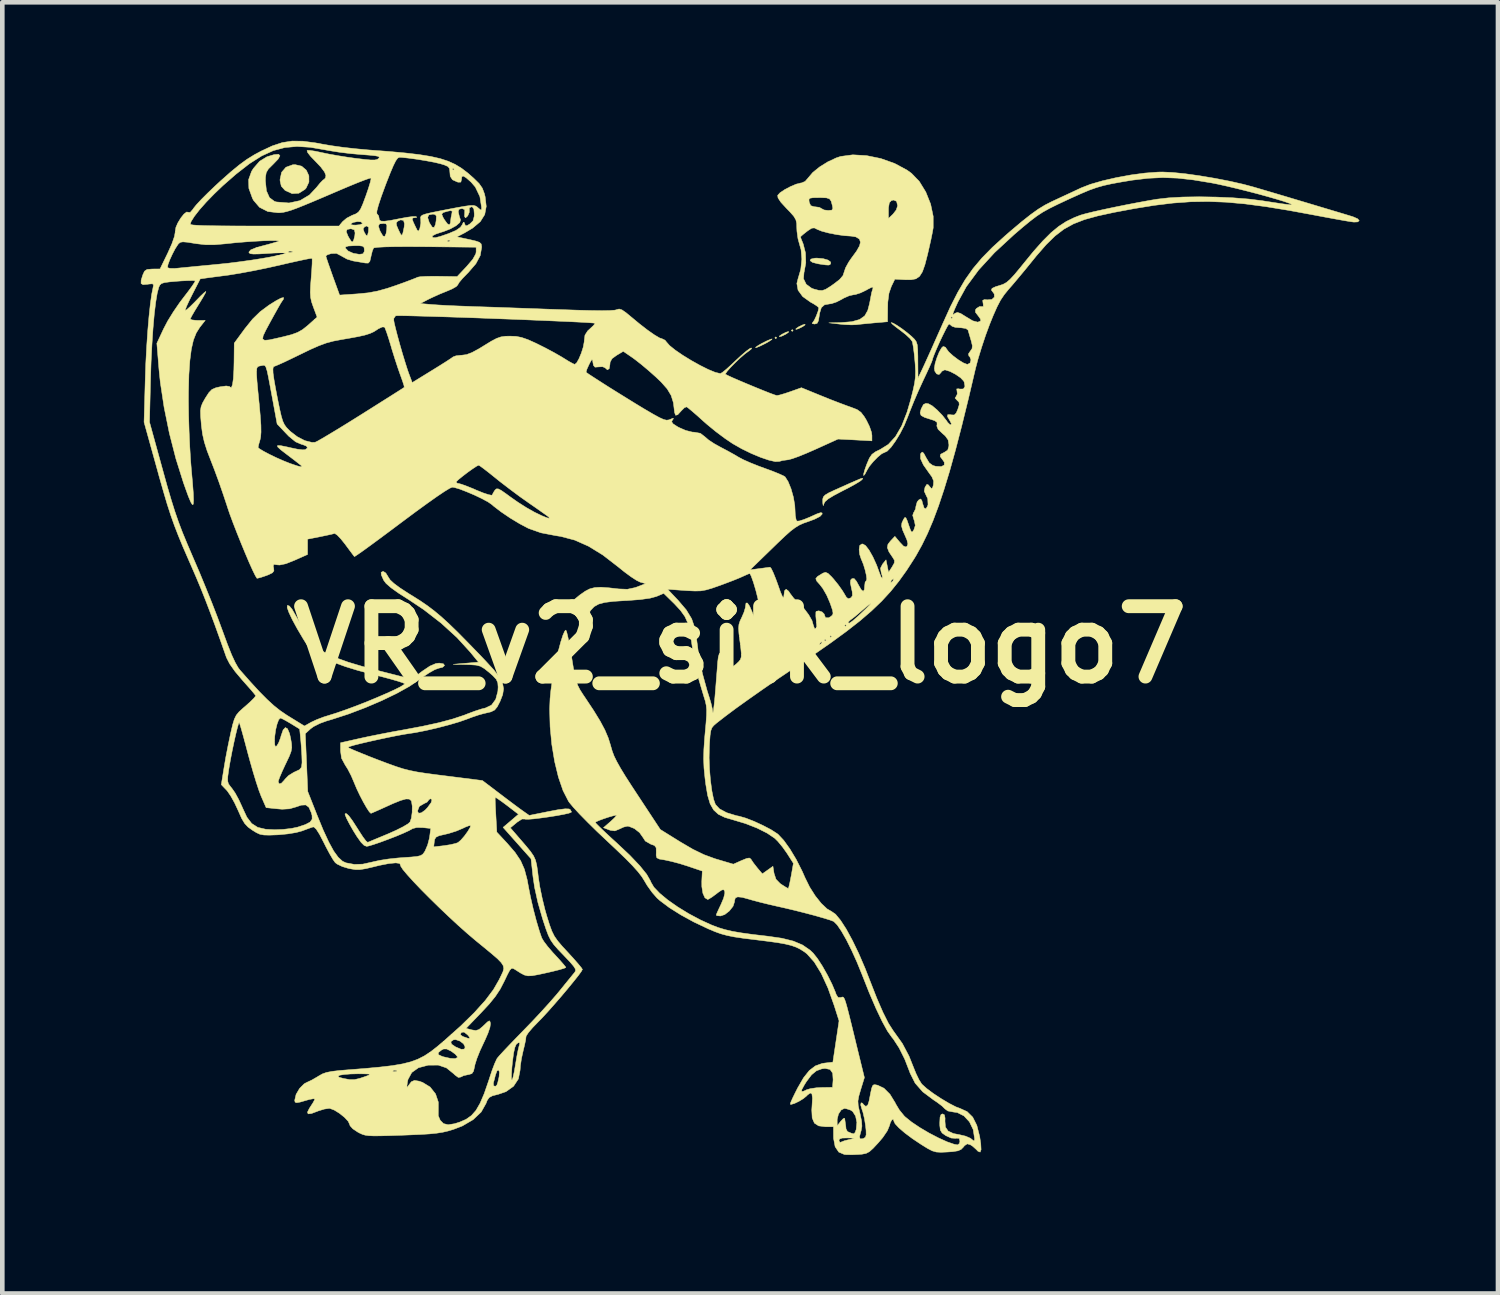
<source format=kicad_pcb>
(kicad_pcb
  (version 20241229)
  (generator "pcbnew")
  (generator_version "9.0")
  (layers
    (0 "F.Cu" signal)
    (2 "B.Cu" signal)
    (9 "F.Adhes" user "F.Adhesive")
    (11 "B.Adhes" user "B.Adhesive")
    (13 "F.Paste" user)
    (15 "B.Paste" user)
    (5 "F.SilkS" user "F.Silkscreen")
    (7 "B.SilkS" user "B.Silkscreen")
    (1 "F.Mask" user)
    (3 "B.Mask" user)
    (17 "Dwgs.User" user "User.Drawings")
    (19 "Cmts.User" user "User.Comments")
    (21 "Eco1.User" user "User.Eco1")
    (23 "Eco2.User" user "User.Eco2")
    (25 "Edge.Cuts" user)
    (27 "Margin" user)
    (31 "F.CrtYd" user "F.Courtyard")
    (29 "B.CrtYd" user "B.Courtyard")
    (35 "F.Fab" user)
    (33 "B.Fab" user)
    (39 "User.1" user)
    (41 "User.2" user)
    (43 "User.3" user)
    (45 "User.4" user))
  (footprint "VR_v2_silk_logo7"
    (layer "F.Cu")
    (at 12.977 10.914)
    (property "Reference" "VR_v2_silk_logo7" (at 0 0 0) (layer "F.SilkS") (effects (font (size 1.524 1.524) (thickness 0.3))))
    (attr through_hole)
    (fp_poly (pts (xy 0.794 -6.648) (xy 0.774 -6.628) (xy 0.754 -6.648) (xy 0.774 -6.668) (xy 0.794 -6.648)) (stroke (width 0.01) (type solid)) (fill yes) (layer "F.SilkS"))
    (fp_poly (pts (xy 1.151 -6.806) (xy 1.131 -6.787) (xy 1.111 -6.806) (xy 1.131 -6.826) (xy 1.151 -6.806)) (stroke (width 0.01) (type solid)) (fill yes) (layer "F.SilkS"))
    (fp_poly (pts (xy 1.051 -6.768) (xy 0.995 -6.729) (xy 0.992 -6.727) (xy 0.907 -6.685) (xy 0.853 -6.67) (xy 0.854 -6.686) (xy 0.91 -6.725) (xy 0.913 -6.727) (xy 0.998 -6.769) (xy 1.052 -6.784) (xy 1.051 -6.768)) (stroke (width 0.01) (type solid)) (fill yes) (layer "F.SilkS"))
    (fp_poly (pts (xy 1.408 -6.926) (xy 1.352 -6.887) (xy 1.349 -6.886) (xy 1.264 -6.844) (xy 1.21 -6.829) (xy 1.211 -6.845) (xy 1.267 -6.884) (xy 1.27 -6.886) (xy 1.355 -6.927) (xy 1.409 -6.942) (xy 1.408 -6.926)) (stroke (width 0.01) (type solid)) (fill yes) (layer "F.SilkS"))
    (fp_poly (pts (xy 0.686 -6.608) (xy 0.622 -6.566) (xy 0.556 -6.529) (xy 0.446 -6.474) (xy 0.363 -6.439) (xy 0.337 -6.433) (xy 0.346 -6.449) (xy 0.409 -6.491) (xy 0.476 -6.529) (xy 0.586 -6.584) (xy 0.669 -6.618) (xy 0.695 -6.624) (xy 0.686 -6.608)) (stroke (width 0.01) (type solid)) (fill yes) (layer "F.SilkS"))
    (fp_poly (pts (xy 1.801 -8.362) (xy 1.906 -8.332) (xy 1.963 -8.289) (xy 1.963 -8.253) (xy 1.946 -8.231) (xy 1.915 -8.223) (xy 1.85 -8.227) (xy 1.732 -8.244) (xy 1.69 -8.251) (xy 1.571 -8.281) (xy 1.518 -8.319) (xy 1.535 -8.353) (xy 1.623 -8.373) (xy 1.666 -8.374) (xy 1.801 -8.362)) (stroke (width 0.01) (type solid)) (fill yes) (layer "F.SilkS"))
    (fp_poly (pts (xy -9.494 -10.365) (xy -9.393 -10.278) (xy -9.337 -10.157) (xy -9.336 -10.022) (xy -9.396 -9.893) (xy -9.424 -9.861) (xy -9.555 -9.779) (xy -9.701 -9.771) (xy -9.846 -9.837) (xy -9.857 -9.845) (xy -9.935 -9.932) (xy -9.961 -10.047) (xy -9.962 -10.077) (xy -9.928 -10.233) (xy -9.834 -10.342) (xy -9.69 -10.395) (xy -9.634 -10.398) (xy -9.494 -10.365)) (stroke (width 0.01) (type solid)) (fill yes) (layer "F.SilkS"))
    (fp_poly (pts (xy 2.657 -3.605) (xy 2.651 -3.59) (xy 2.642 -3.576) (xy 2.596 -3.54) (xy 2.495 -3.479) (xy 2.355 -3.402) (xy 2.222 -3.334) (xy 2.036 -3.236) (xy 1.912 -3.161) (xy 1.842 -3.1) (xy 1.814 -3.048) (xy 1.814 -3.047) (xy 1.802 -3.011) (xy 1.794 -3.054) (xy 1.792 -3.096) (xy 1.792 -3.157) (xy 1.806 -3.203) (xy 1.845 -3.244) (xy 1.922 -3.29) (xy 2.05 -3.35) (xy 2.191 -3.413) (xy 2.386 -3.5) (xy 2.52 -3.558) (xy 2.602 -3.593) (xy 2.645 -3.607) (xy 2.657 -3.605)) (stroke (width 0.01) (type solid)) (fill yes) (layer "F.SilkS"))
    (fp_poly (pts (xy 2.74 -10.594) (xy 3.048 -10.531) (xy 3.347 -10.425) (xy 3.614 -10.282) (xy 3.713 -10.211) (xy 3.883 -10.035) (xy 4.024 -9.805) (xy 4.128 -9.545) (xy 4.184 -9.279) (xy 4.184 -9.031) (xy 4.184 -9.029) (xy 4.165 -8.923) (xy 4.133 -8.765) (xy 4.091 -8.579) (xy 4.062 -8.453) (xy 4.005 -8.232) (xy 3.95 -8.077) (xy 3.888 -7.979) (xy 3.809 -7.925) (xy 3.703 -7.905) (xy 3.575 -7.906) (xy 3.354 -7.918) (xy 3.277 -7.76) (xy 3.226 -7.613) (xy 3.201 -7.422) (xy 3.198 -7.299) (xy 3.195 -6.996) (xy 2.917 -6.972) (xy 2.757 -6.957) (xy 2.612 -6.943) (xy 2.52 -6.932) (xy 2.414 -6.928) (xy 2.268 -6.934) (xy 2.163 -6.944) (xy 1.925 -6.972) (xy 2.188 -6.978) (xy 2.421 -6.997) (xy 2.589 -7.044) (xy 2.7 -7.122) (xy 2.765 -7.237) (xy 2.769 -7.25) (xy 2.804 -7.384) (xy 2.829 -7.51) (xy 2.83 -7.521) (xy 2.852 -7.632) (xy 2.876 -7.709) (xy 2.883 -7.744) (xy 2.851 -7.742) (xy 2.767 -7.7) (xy 2.733 -7.68) (xy 2.61 -7.621) (xy 2.499 -7.585) (xy 2.461 -7.581) (xy 2.366 -7.56) (xy 2.247 -7.508) (xy 2.203 -7.482) (xy 2.085 -7.422) (xy 1.976 -7.386) (xy 1.945 -7.383) (xy 1.83 -7.363) (xy 1.761 -7.301) (xy 1.724 -7.18) (xy 1.717 -7.129) (xy 1.698 -7.015) (xy 1.669 -6.96) (xy 1.617 -6.946) (xy 1.612 -6.946) (xy 1.562 -6.957) (xy 1.571 -6.976) (xy 1.608 -7.027) (xy 1.652 -7.121) (xy 1.69 -7.223) (xy 1.707 -7.298) (xy 1.707 -7.299) (xy 1.675 -7.33) (xy 1.593 -7.384) (xy 1.524 -7.422) (xy 1.357 -7.542) (xy 1.257 -7.679) (xy 1.231 -7.825) (xy 1.255 -7.922) (xy 1.316 -8.13) (xy 1.339 -8.352) (xy 1.322 -8.556) (xy 1.295 -8.65) (xy 1.256 -8.791) (xy 1.25 -8.833) (xy 1.31 -8.833) (xy 1.323 -8.792) (xy 1.358 -8.706) (xy 1.369 -8.678) (xy 1.418 -8.487) (xy 1.425 -8.271) (xy 1.389 -8.073) (xy 1.386 -8.065) (xy 1.375 -7.928) (xy 1.434 -7.807) (xy 1.552 -7.721) (xy 1.602 -7.703) (xy 1.705 -7.676) (xy 1.78 -7.672) (xy 1.854 -7.697) (xy 1.952 -7.758) (xy 2.027 -7.81) (xy 2.158 -7.911) (xy 2.23 -7.996) (xy 2.255 -8.071) (xy 2.286 -8.164) (xy 2.353 -8.286) (xy 2.409 -8.368) (xy 2.524 -8.525) (xy 2.588 -8.638) (xy 2.608 -8.718) (xy 2.589 -8.779) (xy 2.581 -8.79) (xy 2.507 -8.834) (xy 2.409 -8.85) (xy 2.263 -8.86) (xy 2.09 -8.884) (xy 1.918 -8.918) (xy 1.771 -8.957) (xy 1.676 -8.995) (xy 1.674 -8.996) (xy 1.61 -9.028) (xy 1.553 -9.022) (xy 1.474 -8.971) (xy 1.446 -8.95) (xy 1.363 -8.884) (xy 1.315 -8.841) (xy 1.31 -8.833) (xy 1.25 -8.833) (xy 1.233 -8.957) (xy 1.23 -9.019) (xy 1.227 -9.126) (xy 1.209 -9.206) (xy 1.164 -9.281) (xy 1.081 -9.375) (xy 1.011 -9.447) (xy 0.886 -9.583) (xy 0.846 -9.643) (xy 1.492 -9.643) (xy 1.498 -9.589) (xy 1.498 -9.585) (xy 1.531 -9.51) (xy 1.608 -9.486) (xy 1.629 -9.485) (xy 1.719 -9.473) (xy 1.766 -9.446) (xy 1.82 -9.417) (xy 1.908 -9.406) (xy 1.989 -9.413) (xy 1.99 -9.415) (xy 3.215 -9.415) (xy 3.215 -9.233) (xy 3.314 -9.327) (xy 3.383 -9.416) (xy 3.413 -9.506) (xy 3.413 -9.51) (xy 3.391 -9.604) (xy 3.326 -9.632) (xy 3.278 -9.62) (xy 3.234 -9.573) (xy 3.216 -9.466) (xy 3.215 -9.415) (xy 1.99 -9.415) (xy 2.011 -9.451) (xy 1.999 -9.515) (xy 1.974 -9.607) (xy 1.939 -9.657) (xy 1.873 -9.679) (xy 1.755 -9.684) (xy 1.71 -9.684) (xy 1.581 -9.682) (xy 1.514 -9.671) (xy 1.492 -9.643) (xy 0.846 -9.643) (xy 0.823 -9.679) (xy 0.816 -9.734) (xy 0.866 -9.789) (xy 0.967 -9.857) (xy 1.092 -9.923) (xy 1.217 -9.976) (xy 1.316 -10.001) (xy 1.329 -10.001) (xy 1.411 -10.036) (xy 1.479 -10.115) (xy 1.575 -10.228) (xy 1.723 -10.348) (xy 1.901 -10.459) (xy 2.083 -10.544) (xy 2.179 -10.576) (xy 2.443 -10.611) (xy 2.74 -10.594)) (stroke (width 0.01) (type solid)) (fill yes) (layer "F.SilkS"))
    (fp_poly (pts (xy -9.468 -10.906) (xy -9.194 -10.87) (xy -9.044 -10.842) (xy -8.845 -10.808) (xy -8.597 -10.773) (xy -8.329 -10.743) (xy -8.071 -10.719) (xy -8.037 -10.716) (xy -7.607 -10.684) (xy -7.247 -10.651) (xy -6.948 -10.616) (xy -6.7 -10.576) (xy -6.493 -10.529) (xy -6.319 -10.472) (xy -6.168 -10.403) (xy -6.03 -10.319) (xy -5.896 -10.217) (xy -5.77 -10.106) (xy -5.652 -9.99) (xy -5.581 -9.889) (xy -5.536 -9.77) (xy -5.52 -9.704) (xy -5.496 -9.494) (xy -5.529 -9.317) (xy -5.625 -9.164) (xy -5.791 -9.024) (xy -5.968 -8.919) (xy -6.132 -8.834) (xy -5.864 -8.777) (xy -5.723 -8.744) (xy -5.643 -8.716) (xy -5.606 -8.681) (xy -5.596 -8.628) (xy -5.596 -8.605) (xy -5.626 -8.43) (xy -5.721 -8.252) (xy -5.886 -8.061) (xy -5.909 -8.038) (xy -6.009 -7.935) (xy -6.082 -7.848) (xy -6.112 -7.797) (xy -6.112 -7.795) (xy -6.146 -7.758) (xy -6.235 -7.707) (xy -6.34 -7.662) (xy -6.502 -7.596) (xy -6.666 -7.522) (xy -6.747 -7.483) (xy -6.925 -7.39) (xy -6.667 -7.368) (xy -6.537 -7.359) (xy -6.348 -7.348) (xy -6.121 -7.338) (xy -5.878 -7.329) (xy -5.755 -7.324) (xy -5.536 -7.317) (xy -5.256 -7.308) (xy -4.934 -7.296) (xy -4.588 -7.284) (xy -4.237 -7.271) (xy -3.923 -7.26) (xy -3.537 -7.247) (xy -3.227 -7.239) (xy -2.988 -7.236) (xy -2.817 -7.239) (xy -2.71 -7.247) (xy -2.669 -7.258) (xy -2.618 -7.272) (xy -2.557 -7.253) (xy -2.47 -7.193) (xy -2.377 -7.116) (xy -2.179 -6.952) (xy -2.001 -6.814) (xy -1.852 -6.71) (xy -1.742 -6.645) (xy -1.69 -6.628) (xy -1.624 -6.596) (xy -1.591 -6.555) (xy -1.524 -6.479) (xy -1.402 -6.381) (xy -1.24 -6.27) (xy -1.056 -6.157) (xy -0.866 -6.051) (xy -0.688 -5.962) (xy -0.537 -5.9) (xy -0.43 -5.874) (xy -0.423 -5.874) (xy -0.379 -5.9) (xy -0.293 -5.97) (xy -0.18 -6.073) (xy -0.097 -6.152) (xy 0.03 -6.269) (xy 0.139 -6.362) (xy 0.217 -6.418) (xy 0.244 -6.429) (xy 0.251 -6.412) (xy 0.2 -6.368) (xy 0.179 -6.354) (xy 0.1 -6.295) (xy -0.00045 -6.208) (xy -0.107 -6.106) (xy -0.205 -6.006) (xy -0.279 -5.922) (xy -0.315 -5.869) (xy -0.315 -5.859) (xy -0.267 -5.833) (xy -0.163 -5.785) (xy -0.017 -5.722) (xy 0.153 -5.65) (xy 0.331 -5.576) (xy 0.501 -5.507) (xy 0.647 -5.449) (xy 0.751 -5.411) (xy 0.798 -5.397) (xy 0.863 -5.41) (xy 0.975 -5.443) (xy 1.091 -5.482) (xy 1.33 -5.567) (xy 1.766 -5.389) (xy 1.962 -5.31) (xy 2.154 -5.236) (xy 2.317 -5.175) (xy 2.41 -5.142) (xy 2.535 -5.094) (xy 2.619 -5.034) (xy 2.692 -4.939) (xy 2.737 -4.864) (xy 2.803 -4.73) (xy 2.847 -4.603) (xy 2.857 -4.535) (xy 2.857 -4.416) (xy 2.49 -4.436) (xy 2.123 -4.455) (xy 1.631 -4.232) (xy 1.441 -4.149) (xy 1.269 -4.079) (xy 1.132 -4.03) (xy 1.046 -4.007) (xy 1.036 -4.006) (xy 0.923 -3.991) (xy 0.853 -3.971) (xy 0.764 -3.967) (xy 0.623 -3.999) (xy 0.444 -4.06) (xy 0.243 -4.144) (xy 0.036 -4.245) (xy -0.159 -4.356) (xy -0.329 -4.471) (xy -0.524 -4.617) (xy -0.713 -4.772) (xy -0.795 -4.844) (xy -0.929 -4.965) (xy -1.044 -5.064) (xy -1.125 -5.131) (xy -1.157 -5.153) (xy -1.203 -5.135) (xy -1.268 -5.071) (xy -1.274 -5.064) (xy -1.349 -4.982) (xy -1.395 -4.97) (xy -1.416 -5.027) (xy -1.419 -5.049) (xy -1.443 -5.243) (xy -1.492 -5.4) (xy -1.578 -5.543) (xy -1.711 -5.693) (xy -1.819 -5.796) (xy -1.973 -5.933) (xy -2.132 -6.067) (xy -2.271 -6.176) (xy -2.324 -6.215) (xy -2.528 -6.355) (xy -2.673 -6.269) (xy -2.772 -6.197) (xy -2.813 -6.121) (xy -2.818 -6.068) (xy -2.833 -5.98) (xy -2.872 -5.954) (xy -2.92 -5.997) (xy -2.975 -6.022) (xy -3.058 -6.018) (xy -3.14 -6.012) (xy -3.174 -6.051) (xy -3.184 -6.103) (xy -3.194 -6.168) (xy -3.21 -6.175) (xy -3.244 -6.12) (xy -3.273 -6.063) (xy -3.316 -5.968) (xy -3.333 -5.908) (xy -3.331 -5.9) (xy -3.278 -5.862) (xy -3.171 -5.792) (xy -3.022 -5.696) (xy -2.845 -5.583) (xy -2.651 -5.462) (xy -2.454 -5.34) (xy -2.268 -5.225) (xy -2.105 -5.126) (xy -2.063 -5.101) (xy -1.877 -4.992) (xy -1.745 -4.92) (xy -1.654 -4.879) (xy -1.591 -4.864) (xy -1.542 -4.87) (xy -1.515 -4.88) (xy -1.449 -4.907) (xy -1.443 -4.894) (xy -1.463 -4.868) (xy -1.48 -4.828) (xy -1.45 -4.785) (xy -1.361 -4.727) (xy -1.326 -4.707) (xy -1.177 -4.642) (xy -1.034 -4.606) (xy -0.994 -4.604) (xy -0.859 -4.58) (xy -0.763 -4.506) (xy -0.683 -4.437) (xy -0.559 -4.355) (xy -0.429 -4.283) (xy -0.276 -4.202) (xy -0.126 -4.119) (xy -0.03 -4.062) (xy 0.072 -4.008) (xy 0.226 -3.94) (xy 0.407 -3.868) (xy 0.527 -3.824) (xy 0.697 -3.762) (xy 0.841 -3.704) (xy 0.94 -3.659) (xy 0.976 -3.637) (xy 1.042 -3.533) (xy 1.105 -3.378) (xy 1.156 -3.197) (xy 1.186 -3.02) (xy 1.191 -2.934) (xy 1.197 -2.805) (xy 1.214 -2.711) (xy 1.232 -2.678) (xy 1.285 -2.681) (xy 1.388 -2.714) (xy 1.52 -2.768) (xy 1.532 -2.774) (xy 1.667 -2.835) (xy 1.745 -2.861) (xy 1.777 -2.855) (xy 1.779 -2.83) (xy 1.732 -2.779) (xy 1.614 -2.719) (xy 1.482 -2.67) (xy 1.373 -2.632) (xy 1.282 -2.591) (xy 1.194 -2.537) (xy 1.096 -2.463) (xy 0.976 -2.356) (xy 0.821 -2.209) (xy 0.708 -2.099) (xy 0.218 -1.623) (xy 0.417 -1.649) (xy 0.538 -1.665) (xy 0.627 -1.677) (xy 0.651 -1.68) (xy 0.678 -1.648) (xy 0.722 -1.556) (xy 0.777 -1.419) (xy 0.817 -1.31) (xy 0.876 -1.143) (xy 0.917 -1.048) (xy 0.94 -1.017) (xy 0.949 -1.047) (xy 0.95 -1.059) (xy 0.964 -1.169) (xy 0.999 -1.203) (xy 1.053 -1.16) (xy 1.084 -1.112) (xy 1.161 -1.011) (xy 1.262 -0.907) (xy 1.28 -0.89) (xy 1.39 -0.78) (xy 1.488 -0.649) (xy 1.559 -0.524) (xy 1.586 -0.429) (xy 1.612 -0.355) (xy 1.633 -0.334) (xy 1.658 -0.339) (xy 1.663 -0.405) (xy 1.661 -0.417) (xy 2.262 -0.417) (xy 2.282 -0.397) (xy 2.302 -0.417) (xy 2.282 -0.437) (xy 2.262 -0.417) (xy 1.661 -0.417) (xy 1.655 -0.475) (xy 2.342 -0.475) (xy 2.364 -0.466) (xy 2.433 -0.512) (xy 2.551 -0.614) (xy 2.716 -0.771) (xy 2.802 -0.856) (xy 2.831 -0.892) (xy 2.808 -0.88) (xy 2.735 -0.822) (xy 2.617 -0.72) (xy 2.588 -0.695) (xy 2.493 -0.614) (xy 2.416 -0.555) (xy 2.398 -0.544) (xy 2.348 -0.496) (xy 2.342 -0.475) (xy 1.655 -0.475) (xy 1.653 -0.503) (xy 1.642 -0.621) (xy 1.643 -0.702) (xy 1.649 -0.723) (xy 1.707 -0.735) (xy 1.779 -0.71) (xy 1.824 -0.664) (xy 1.826 -0.653) (xy 1.851 -0.587) (xy 1.916 -0.583) (xy 1.966 -0.611) (xy 2.002 -0.643) (xy 2.015 -0.683) (xy 2.003 -0.751) (xy 1.964 -0.866) (xy 1.945 -0.917) (xy 1.878 -1.072) (xy 1.795 -1.217) (xy 1.731 -1.301) (xy 1.661 -1.38) (xy 1.641 -1.432) (xy 1.678 -1.478) (xy 1.776 -1.539) (xy 1.801 -1.553) (xy 1.852 -1.569) (xy 1.906 -1.546) (xy 1.982 -1.473) (xy 2.027 -1.423) (xy 2.126 -1.301) (xy 2.213 -1.179) (xy 2.249 -1.121) (xy 2.303 -1.03) (xy 2.343 -0.998) (xy 2.389 -1.011) (xy 2.409 -1.024) (xy 2.435 -1.065) (xy 2.43 -1.149) (xy 2.413 -1.225) (xy 2.39 -1.339) (xy 2.396 -1.402) (xy 2.425 -1.432) (xy 2.471 -1.434) (xy 2.522 -1.375) (xy 2.558 -1.309) (xy 2.623 -1.195) (xy 2.668 -1.157) (xy 2.693 -1.195) (xy 2.699 -1.27) (xy 2.709 -1.352) (xy 3.264 -1.352) (xy 3.27 -1.349) (xy 3.306 -1.377) (xy 3.314 -1.389) (xy 3.324 -1.426) (xy 3.319 -1.429) (xy 3.282 -1.401) (xy 3.274 -1.389) (xy 3.264 -1.352) (xy 2.709 -1.352) (xy 2.709 -1.354) (xy 2.734 -1.389) (xy 2.735 -1.389) (xy 2.746 -1.423) (xy 2.735 -1.508) (xy 2.709 -1.621) (xy 2.673 -1.74) (xy 2.632 -1.841) (xy 2.625 -1.855) (xy 2.591 -1.958) (xy 2.58 -2.061) (xy 2.592 -2.149) (xy 2.636 -2.181) (xy 2.659 -2.183) (xy 2.72 -2.147) (xy 2.795 -2.05) (xy 2.877 -1.905) (xy 2.958 -1.727) (xy 3.018 -1.563) (xy 3.051 -1.477) (xy 3.077 -1.44) (xy 3.081 -1.44) (xy 3.081 -1.486) (xy 3.059 -1.56) (xy 3.042 -1.657) (xy 3.086 -1.744) (xy 3.091 -1.751) (xy 3.162 -1.839) (xy 3.217 -1.568) (xy 3.294 -1.686) (xy 3.342 -1.772) (xy 3.345 -1.829) (xy 3.312 -1.884) (xy 3.226 -2.012) (xy 3.191 -2.103) (xy 3.204 -2.176) (xy 3.258 -2.246) (xy 3.354 -2.348) (xy 3.463 -2.218) (xy 3.54 -2.137) (xy 3.593 -2.118) (xy 3.617 -2.133) (xy 3.636 -2.183) (xy 3.616 -2.269) (xy 3.577 -2.359) (xy 3.521 -2.487) (xy 3.498 -2.572) (xy 3.506 -2.639) (xy 3.539 -2.711) (xy 3.567 -2.755) (xy 3.591 -2.752) (xy 3.62 -2.69) (xy 3.651 -2.6) (xy 3.691 -2.487) (xy 3.717 -2.44) (xy 3.74 -2.449) (xy 3.767 -2.494) (xy 3.796 -2.584) (xy 3.777 -2.682) (xy 3.768 -2.705) (xy 3.74 -2.802) (xy 3.759 -2.862) (xy 3.765 -2.868) (xy 3.802 -2.942) (xy 3.81 -2.999) (xy 3.836 -3.092) (xy 3.87 -3.135) (xy 3.913 -3.158) (xy 3.939 -3.122) (xy 3.954 -3.061) (xy 3.986 -2.964) (xy 4.024 -2.943) (xy 4.06 -2.998) (xy 4.072 -3.036) (xy 4.066 -3.164) (xy 4.031 -3.235) (xy 3.99 -3.326) (xy 4.005 -3.405) (xy 4.01 -3.417) (xy 4.047 -3.474) (xy 4.08 -3.462) (xy 4.108 -3.426) (xy 4.147 -3.381) (xy 4.17 -3.4) (xy 4.188 -3.462) (xy 4.193 -3.548) (xy 4.156 -3.637) (xy 4.094 -3.722) (xy 3.971 -3.897) (xy 3.91 -4.03) (xy 3.91 -4.128) (xy 3.917 -4.145) (xy 3.946 -4.174) (xy 3.978 -4.149) (xy 4.026 -4.06) (xy 4.031 -4.05) (xy 4.098 -3.939) (xy 4.176 -3.883) (xy 4.24 -3.865) (xy 4.358 -3.859) (xy 4.423 -3.891) (xy 4.425 -3.953) (xy 4.392 -4.001) (xy 4.335 -4.078) (xy 4.345 -4.126) (xy 4.424 -4.167) (xy 4.425 -4.167) (xy 4.498 -4.215) (xy 4.523 -4.299) (xy 4.524 -4.335) (xy 4.507 -4.437) (xy 4.444 -4.525) (xy 4.384 -4.577) (xy 4.291 -4.666) (xy 4.262 -4.739) (xy 4.267 -4.763) (xy 4.267 -4.817) (xy 4.216 -4.854) (xy 4.139 -4.879) (xy 3.998 -4.924) (xy 3.922 -4.966) (xy 3.901 -5.021) (xy 3.921 -5.101) (xy 3.929 -5.119) (xy 3.973 -5.203) (xy 4.026 -5.228) (xy 4.083 -5.219) (xy 4.164 -5.174) (xy 4.269 -5.085) (xy 4.379 -4.972) (xy 4.472 -4.854) (xy 4.497 -4.816) (xy 4.547 -4.768) (xy 4.568 -4.763) (xy 4.578 -4.789) (xy 4.546 -4.851) (xy 4.493 -4.942) (xy 4.499 -4.984) (xy 4.565 -4.982) (xy 4.575 -4.979) (xy 4.64 -4.976) (xy 4.683 -5.02) (xy 4.718 -5.101) (xy 4.748 -5.199) (xy 4.742 -5.254) (xy 4.701 -5.295) (xy 4.657 -5.343) (xy 4.679 -5.375) (xy 4.707 -5.432) (xy 4.701 -5.484) (xy 4.693 -5.541) (xy 4.736 -5.544) (xy 4.759 -5.538) (xy 4.837 -5.54) (xy 4.872 -5.596) (xy 4.855 -5.689) (xy 4.844 -5.712) (xy 4.778 -5.782) (xy 4.669 -5.857) (xy 4.548 -5.92) (xy 4.446 -5.952) (xy 4.431 -5.953) (xy 4.368 -5.921) (xy 4.352 -5.894) (xy 4.31 -5.852) (xy 4.258 -5.867) (xy 4.218 -5.927) (xy 4.209 -5.987) (xy 4.225 -6.09) (xy 4.264 -6.215) (xy 4.313 -6.336) (xy 4.364 -6.427) (xy 4.4 -6.461) (xy 4.45 -6.443) (xy 4.47 -6.411) (xy 4.52 -6.343) (xy 4.615 -6.257) (xy 4.729 -6.171) (xy 4.839 -6.104) (xy 4.92 -6.073) (xy 4.927 -6.072) (xy 4.983 -6.103) (xy 5.002 -6.17) (xy 4.977 -6.237) (xy 4.958 -6.252) (xy 4.947 -6.298) (xy 4.984 -6.354) (xy 5.025 -6.412) (xy 5.032 -6.477) (xy 5.007 -6.582) (xy 5.002 -6.598) (xy 4.968 -6.713) (xy 4.943 -6.799) (xy 4.938 -6.816) (xy 4.891 -6.85) (xy 4.79 -6.865) (xy 4.766 -6.866) (xy 4.66 -6.875) (xy 4.592 -6.898) (xy 4.584 -6.906) (xy 4.537 -6.944) (xy 4.526 -6.945) (xy 4.5 -6.912) (xy 4.452 -6.823) (xy 4.39 -6.699) (xy 4.322 -6.556) (xy 4.258 -6.413) (xy 4.206 -6.288) (xy 4.173 -6.2) (xy 4.167 -6.173) (xy 4.151 -6.127) (xy 4.107 -6.026) (xy 4.042 -5.884) (xy 3.965 -5.721) (xy 3.866 -5.505) (xy 3.764 -5.268) (xy 3.674 -5.044) (xy 3.631 -4.931) (xy 3.557 -4.751) (xy 3.466 -4.573) (xy 3.367 -4.411) (xy 3.272 -4.279) (xy 3.188 -4.193) (xy 3.133 -4.167) (xy 3.07 -4.138) (xy 2.981 -4.064) (xy 2.884 -3.965) (xy 2.799 -3.861) (xy 2.753 -3.784) (xy 2.703 -3.69) (xy 2.678 -3.664) (xy 2.678 -3.701) (xy 2.704 -3.794) (xy 2.745 -3.909) (xy 2.801 -4.041) (xy 2.857 -4.123) (xy 2.938 -4.182) (xy 3.034 -4.228) (xy 3.212 -4.339) (xy 3.367 -4.508) (xy 3.501 -4.739) (xy 3.618 -5.039) (xy 3.694 -5.298) (xy 3.747 -5.508) (xy 3.781 -5.666) (xy 3.798 -5.798) (xy 3.801 -5.928) (xy 3.793 -6.081) (xy 3.789 -6.129) (xy 3.773 -6.299) (xy 3.754 -6.445) (xy 3.736 -6.546) (xy 3.73 -6.568) (xy 3.683 -6.631) (xy 3.59 -6.718) (xy 3.479 -6.805) (xy 3.371 -6.886) (xy 3.297 -6.947) (xy 3.272 -6.977) (xy 3.273 -6.977) (xy 3.313 -6.967) (xy 3.397 -6.919) (xy 3.504 -6.847) (xy 3.616 -6.762) (xy 3.716 -6.678) (xy 3.721 -6.673) (xy 3.78 -6.616) (xy 3.817 -6.563) (xy 3.839 -6.495) (xy 3.848 -6.394) (xy 3.852 -6.241) (xy 3.852 -6.164) (xy 3.855 -5.775) (xy 3.95 -5.973) (xy 3.995 -6.07) (xy 4.065 -6.225) (xy 4.155 -6.424) (xy 4.256 -6.652) (xy 4.364 -6.894) (xy 4.385 -6.942) (xy 4.45 -7.084) (xy 4.564 -7.084) (xy 4.584 -7.064) (xy 4.604 -7.084) (xy 4.584 -7.104) (xy 4.564 -7.084) (xy 4.45 -7.084) (xy 4.481 -7.153) (xy 4.61 -7.153) (xy 4.63 -7.157) (xy 4.659 -7.18) (xy 4.708 -7.198) (xy 4.779 -7.175) (xy 4.888 -7.107) (xy 5.04 -7.016) (xy 5.149 -6.987) (xy 5.213 -7.012) (xy 5.207 -7.056) (xy 5.158 -7.125) (xy 5.154 -7.13) (xy 5.099 -7.201) (xy 5.099 -7.253) (xy 5.12 -7.283) (xy 5.187 -7.325) (xy 5.23 -7.324) (xy 5.269 -7.325) (xy 5.267 -7.383) (xy 5.264 -7.394) (xy 5.256 -7.458) (xy 5.292 -7.476) (xy 5.358 -7.47) (xy 5.455 -7.479) (xy 5.509 -7.529) (xy 5.506 -7.598) (xy 5.482 -7.631) (xy 5.444 -7.682) (xy 5.459 -7.719) (xy 5.536 -7.755) (xy 5.619 -7.78) (xy 5.7 -7.807) (xy 5.773 -7.848) (xy 5.849 -7.914) (xy 5.943 -8.015) (xy 6.067 -8.164) (xy 6.121 -8.231) (xy 6.354 -8.516) (xy 6.555 -8.743) (xy 6.734 -8.922) (xy 6.901 -9.06) (xy 7.067 -9.168) (xy 7.242 -9.253) (xy 7.376 -9.305) (xy 7.481 -9.335) (xy 7.647 -9.376) (xy 7.861 -9.424) (xy 8.106 -9.476) (xy 8.367 -9.529) (xy 8.628 -9.579) (xy 8.874 -9.624) (xy 9.029 -9.65) (xy 9.282 -9.679) (xy 9.594 -9.697) (xy 9.944 -9.702) (xy 10.312 -9.696) (xy 10.678 -9.68) (xy 11.021 -9.653) (xy 11.322 -9.615) (xy 11.346 -9.611) (xy 11.547 -9.58) (xy 11.723 -9.553) (xy 11.858 -9.535) (xy 11.934 -9.527) (xy 11.942 -9.527) (xy 11.951 -9.537) (xy 11.894 -9.563) (xy 11.782 -9.602) (xy 11.624 -9.65) (xy 11.433 -9.705) (xy 11.219 -9.764) (xy 10.992 -9.823) (xy 10.764 -9.88) (xy 10.546 -9.932) (xy 10.347 -9.976) (xy 10.216 -10.002) (xy 9.822 -10.067) (xy 9.477 -10.106) (xy 9.157 -10.118) (xy 8.838 -10.103) (xy 8.495 -10.062) (xy 8.266 -10.024) (xy 8.052 -9.985) (xy 7.879 -9.947) (xy 7.724 -9.903) (xy 7.566 -9.847) (xy 7.384 -9.77) (xy 7.157 -9.668) (xy 7.103 -9.643) (xy 6.879 -9.538) (xy 6.703 -9.451) (xy 6.559 -9.371) (xy 6.426 -9.284) (xy 6.289 -9.18) (xy 6.127 -9.047) (xy 5.934 -8.882) (xy 5.512 -8.492) (xy 5.168 -8.117) (xy 4.901 -7.755) (xy 4.72 -7.426) (xy 4.652 -7.277) (xy 4.617 -7.19) (xy 4.61 -7.153) (xy 4.481 -7.153) (xy 4.556 -7.319) (xy 4.717 -7.635) (xy 4.876 -7.906) (xy 5.047 -8.148) (xy 5.24 -8.377) (xy 5.466 -8.607) (xy 5.738 -8.854) (xy 5.866 -8.965) (xy 6.101 -9.163) (xy 6.293 -9.315) (xy 6.456 -9.432) (xy 6.603 -9.522) (xy 6.748 -9.596) (xy 6.759 -9.601) (xy 6.956 -9.693) (xy 7.172 -9.793) (xy 7.364 -9.883) (xy 7.382 -9.892) (xy 7.587 -9.972) (xy 7.851 -10.048) (xy 8.15 -10.117) (xy 8.465 -10.175) (xy 8.772 -10.216) (xy 9.052 -10.237) (xy 9.148 -10.239) (xy 9.368 -10.229) (xy 9.644 -10.201) (xy 9.957 -10.157) (xy 10.285 -10.102) (xy 10.609 -10.039) (xy 10.908 -9.971) (xy 11.113 -9.916) (xy 11.28 -9.867) (xy 11.497 -9.803) (xy 11.75 -9.728) (xy 12.024 -9.646) (xy 12.305 -9.562) (xy 12.578 -9.48) (xy 12.828 -9.405) (xy 13.042 -9.341) (xy 13.203 -9.292) (xy 13.275 -9.27) (xy 13.376 -9.226) (xy 13.411 -9.185) (xy 13.377 -9.158) (xy 13.295 -9.154) (xy 13.226 -9.163) (xy 13.093 -9.185) (xy 12.91 -9.218) (xy 12.692 -9.258) (xy 12.451 -9.303) (xy 12.442 -9.305) (xy 11.883 -9.408) (xy 11.386 -9.489) (xy 10.939 -9.548) (xy 10.528 -9.585) (xy 10.139 -9.6) (xy 9.76 -9.594) (xy 9.376 -9.566) (xy 8.975 -9.517) (xy 8.542 -9.447) (xy 8.099 -9.364) (xy 7.749 -9.288) (xy 7.463 -9.209) (xy 7.223 -9.116) (xy 7.015 -9.001) (xy 6.823 -8.854) (xy 6.63 -8.665) (xy 6.421 -8.425) (xy 6.322 -8.303) (xy 6.18 -8.128) (xy 6.032 -7.95) (xy 5.899 -7.792) (xy 5.814 -7.695) (xy 5.723 -7.583) (xy 5.643 -7.464) (xy 5.567 -7.318) (xy 5.483 -7.129) (xy 5.407 -6.941) (xy 5.318 -6.7) (xy 5.231 -6.438) (xy 5.154 -6.186) (xy 5.098 -5.974) (xy 5.098 -5.973) (xy 4.944 -5.318) (xy 4.801 -4.735) (xy 4.667 -4.218) (xy 4.54 -3.761) (xy 4.417 -3.358) (xy 4.298 -3.002) (xy 4.18 -2.687) (xy 4.061 -2.408) (xy 3.939 -2.158) (xy 3.812 -1.93) (xy 3.773 -1.866) (xy 3.607 -1.609) (xy 3.439 -1.375) (xy 3.262 -1.155) (xy 3.067 -0.943) (xy 2.847 -0.733) (xy 2.596 -0.517) (xy 2.304 -0.289) (xy 1.965 -0.041) (xy 1.571 0.233) (xy 1.166 0.506) (xy 0.829 0.733) (xy 0.501 0.959) (xy 0.192 1.176) (xy -0.086 1.375) (xy -0.32 1.55) (xy -0.5 1.69) (xy -0.51 1.698) (xy -0.569 1.749) (xy -0.609 1.798) (xy -0.633 1.864) (xy -0.648 1.963) (xy -0.659 2.115) (xy -0.664 2.212) (xy -0.669 2.449) (xy -0.66 2.7) (xy -0.639 2.946) (xy -0.609 3.168) (xy -0.572 3.348) (xy -0.533 3.458) (xy -0.444 3.554) (xy -0.289 3.637) (xy -0.081 3.701) (xy -0.02 3.713) (xy 0.123 3.754) (xy 0.303 3.824) (xy 0.494 3.912) (xy 0.67 4.004) (xy 0.802 4.089) (xy 0.825 4.106) (xy 0.946 4.235) (xy 1.081 4.423) (xy 1.218 4.651) (xy 1.346 4.904) (xy 1.407 5.042) (xy 1.508 5.247) (xy 1.63 5.439) (xy 1.76 5.602) (xy 1.885 5.72) (xy 1.979 5.774) (xy 2.069 5.836) (xy 2.177 5.967) (xy 2.3 6.157) (xy 2.432 6.399) (xy 2.57 6.684) (xy 2.708 7.005) (xy 2.809 7.263) (xy 2.961 7.651) (xy 3.096 7.962) (xy 3.215 8.199) (xy 3.319 8.361) (xy 3.329 8.374) (xy 3.516 8.636) (xy 3.66 8.908) (xy 3.748 9.129) (xy 3.811 9.285) (xy 3.877 9.421) (xy 3.935 9.513) (xy 3.942 9.52) (xy 4.043 9.611) (xy 4.189 9.72) (xy 4.358 9.831) (xy 4.528 9.932) (xy 4.675 10.008) (xy 4.761 10.04) (xy 4.918 10.111) (xy 5.04 10.231) (xy 5.129 10.409) (xy 5.191 10.652) (xy 5.214 10.805) (xy 5.221 10.934) (xy 5.201 10.988) (xy 5.153 10.969) (xy 5.118 10.932) (xy 5.039 10.861) (xy 4.988 10.828) (xy 4.921 10.809) (xy 4.863 10.848) (xy 4.839 10.878) (xy 4.789 10.929) (xy 4.719 10.96) (xy 4.607 10.978) (xy 4.489 10.986) (xy 4.35 10.992) (xy 4.25 10.986) (xy 4.161 10.96) (xy 4.058 10.906) (xy 3.92 10.82) (xy 3.733 10.695) (xy 3.57 10.573) (xy 3.441 10.462) (xy 3.359 10.374) (xy 3.334 10.323) (xy 3.32 10.276) (xy 3.29 10.288) (xy 3.256 10.348) (xy 3.238 10.412) (xy 3.191 10.526) (xy 3.091 10.673) (xy 2.996 10.785) (xy 2.884 10.905) (xy 2.803 10.978) (xy 2.73 11.016) (xy 2.643 11.033) (xy 2.57 11.039) (xy 2.429 11.045) (xy 2.306 11.043) (xy 2.262 11.04) (xy 2.139 10.988) (xy 2.06 10.871) (xy 2.035 10.738) (xy 2.143 10.738) (xy 2.164 10.778) (xy 2.191 10.77) (xy 2.261 10.742) (xy 2.368 10.715) (xy 2.38 10.713) (xy 2.459 10.696) (xy 2.473 10.687) (xy 2.416 10.683) (xy 2.332 10.681) (xy 2.213 10.684) (xy 2.155 10.704) (xy 2.143 10.738) (xy 2.035 10.738) (xy 2.026 10.692) (xy 2.025 10.646) (xy 2.024 10.438) (xy 1.846 10.438) (xy 1.704 10.42) (xy 1.611 10.36) (xy 1.582 10.292) (xy 2.104 10.292) (xy 2.105 10.418) (xy 2.183 10.319) (xy 2.237 10.262) (xy 2.266 10.256) (xy 2.267 10.259) (xy 2.291 10.43) (xy 2.296 10.485) (xy 2.327 10.543) (xy 2.416 10.581) (xy 2.466 10.592) (xy 2.493 10.562) (xy 2.517 10.495) (xy 2.531 10.345) (xy 2.503 10.208) (xy 2.44 10.108) (xy 2.394 10.078) (xy 2.308 10.05) (xy 2.262 10.041) (xy 2.191 10.076) (xy 2.133 10.163) (xy 2.105 10.274) (xy 2.104 10.292) (xy 1.582 10.292) (xy 1.563 10.248) (xy 1.554 10.076) (xy 1.56 9.981) (xy 1.569 9.818) (xy 1.557 9.727) (xy 1.521 9.707) (xy 1.46 9.752) (xy 1.444 9.77) (xy 1.374 9.828) (xy 1.278 9.887) (xy 1.18 9.934) (xy 1.108 9.955) (xy 1.088 9.951) (xy 1.098 9.912) (xy 1.139 9.819) (xy 1.203 9.688) (xy 1.209 9.677) (xy 1.333 9.677) (xy 1.38 9.668) (xy 1.439 9.639) (xy 1.523 9.614) (xy 1.654 9.595) (xy 1.763 9.589) (xy 2.004 9.585) (xy 2.016 9.422) (xy 2.007 9.279) (xy 1.95 9.198) (xy 1.841 9.175) (xy 1.773 9.184) (xy 1.656 9.226) (xy 1.549 9.314) (xy 1.439 9.46) (xy 1.392 9.535) (xy 1.338 9.635) (xy 1.333 9.677) (xy 1.209 9.677) (xy 1.246 9.603) (xy 1.376 9.378) (xy 1.501 9.221) (xy 1.632 9.121) (xy 1.779 9.068) (xy 1.839 9.059) (xy 2.011 9.04) (xy 2.078 8.592) (xy 2.145 8.145) (xy 2.04 7.814) (xy 1.905 7.435) (xy 1.76 7.119) (xy 1.608 6.871) (xy 1.451 6.695) (xy 1.396 6.652) (xy 1.307 6.595) (xy 1.217 6.55) (xy 1.112 6.513) (xy 0.979 6.481) (xy 0.806 6.45) (xy 0.577 6.419) (xy 0.321 6.387) (xy 0.067 6.356) (xy -0.127 6.327) (xy -0.281 6.296) (xy -0.414 6.26) (xy -0.544 6.213) (xy -0.691 6.151) (xy -0.697 6.148) (xy -0.997 6.006) (xy -1.282 5.85) (xy -1.533 5.692) (xy -1.733 5.542) (xy -1.798 5.484) (xy -1.903 5.364) (xy -2.011 5.213) (xy -2.069 5.115) (xy -2.127 5.022) (xy -2.21 4.915) (xy -2.327 4.785) (xy -2.483 4.626) (xy -2.688 4.429) (xy -2.886 4.243) (xy -3.103 4.038) (xy -3.296 3.848) (xy -3.135 3.848) (xy -3.107 3.881) (xy -3.03 3.958) (xy -2.914 4.068) (xy -2.769 4.203) (xy -2.676 4.287) (xy -2.39 4.556) (xy -2.172 4.785) (xy -2.021 4.972) (xy -1.938 5.118) (xy -1.93 5.141) (xy -1.866 5.25) (xy -1.74 5.382) (xy -1.565 5.527) (xy -1.351 5.677) (xy -1.111 5.824) (xy -0.856 5.96) (xy -0.624 6.066) (xy -0.48 6.122) (xy -0.333 6.167) (xy -0.169 6.206) (xy 0.029 6.24) (xy 0.274 6.274) (xy 0.582 6.31) (xy 0.592 6.311) (xy 0.906 6.356) (xy 1.155 6.418) (xy 1.354 6.502) (xy 1.516 6.614) (xy 1.584 6.678) (xy 1.676 6.794) (xy 1.784 6.96) (xy 1.893 7.153) (xy 1.991 7.348) (xy 2.065 7.522) (xy 2.082 7.572) (xy 2.123 7.638) (xy 2.184 7.639) (xy 2.208 7.631) (xy 2.227 7.629) (xy 2.245 7.641) (xy 2.265 7.676) (xy 2.288 7.742) (xy 2.318 7.847) (xy 2.358 8.001) (xy 2.41 8.21) (xy 2.477 8.484) (xy 2.516 8.646) (xy 2.694 9.374) (xy 2.614 9.634) (xy 2.572 9.778) (xy 2.554 9.882) (xy 2.56 9.981) (xy 2.588 10.11) (xy 2.598 10.15) (xy 2.632 10.311) (xy 2.64 10.426) (xy 2.623 10.525) (xy 2.617 10.544) (xy 2.588 10.653) (xy 2.6 10.701) (xy 2.655 10.699) (xy 2.678 10.691) (xy 2.716 10.665) (xy 2.732 10.614) (xy 2.73 10.517) (xy 2.72 10.424) (xy 2.696 10.268) (xy 2.662 10.124) (xy 2.638 10.053) (xy 2.614 9.967) (xy 2.622 9.92) (xy 2.653 9.928) (xy 2.679 9.962) (xy 2.727 10) (xy 2.769 9.965) (xy 2.795 9.882) (xy 2.828 9.711) (xy 2.851 9.605) (xy 2.873 9.548) (xy 2.901 9.528) (xy 2.941 9.531) (xy 2.982 9.54) (xy 3.117 9.604) (xy 3.247 9.734) (xy 3.36 9.918) (xy 3.371 9.942) (xy 3.45 10.074) (xy 3.553 10.201) (xy 3.577 10.225) (xy 3.716 10.337) (xy 3.895 10.457) (xy 4.095 10.575) (xy 4.299 10.681) (xy 4.487 10.766) (xy 4.641 10.819) (xy 4.713 10.832) (xy 4.752 10.801) (xy 4.763 10.751) (xy 4.747 10.69) (xy 4.688 10.686) (xy 4.675 10.69) (xy 4.572 10.683) (xy 4.457 10.631) (xy 4.377 10.574) (xy 4.339 10.512) (xy 4.327 10.414) (xy 4.326 10.355) (xy 4.332 10.232) (xy 4.354 10.173) (xy 4.387 10.16) (xy 4.427 10.181) (xy 4.441 10.253) (xy 4.439 10.319) (xy 4.449 10.446) (xy 4.507 10.532) (xy 4.622 10.586) (xy 4.758 10.612) (xy 4.884 10.642) (xy 4.986 10.686) (xy 5.008 10.702) (xy 5.061 10.745) (xy 5.079 10.729) (xy 5.08 10.692) (xy 5.05 10.5) (xy 4.969 10.332) (xy 4.85 10.204) (xy 4.706 10.131) (xy 4.623 10.12) (xy 4.501 10.097) (xy 4.437 10.05) (xy 4.376 9.99) (xy 4.272 9.911) (xy 4.187 9.854) (xy 3.957 9.682) (xy 3.793 9.495) (xy 3.684 9.278) (xy 3.673 9.247) (xy 3.567 8.974) (xy 3.446 8.732) (xy 3.322 8.541) (xy 3.292 8.505) (xy 3.194 8.367) (xy 3.078 8.156) (xy 2.945 7.877) (xy 2.798 7.535) (xy 2.643 7.143) (xy 2.533 6.873) (xy 2.418 6.619) (xy 2.305 6.392) (xy 2.199 6.206) (xy 2.106 6.069) (xy 2.033 5.995) (xy 2.024 5.99) (xy 1.944 5.96) (xy 1.803 5.917) (xy 1.618 5.864) (xy 1.405 5.808) (xy 1.18 5.751) (xy 0.961 5.699) (xy 0.853 5.675) (xy 0.65 5.629) (xy 0.442 5.578) (xy 0.265 5.531) (xy 0.204 5.513) (xy 0.047 5.47) (xy -0.05 5.46) (xy -0.101 5.483) (xy -0.118 5.542) (xy -0.119 5.566) (xy -0.151 5.664) (xy -0.231 5.765) (xy -0.331 5.843) (xy -0.424 5.874) (xy -0.495 5.867) (xy -0.516 5.855) (xy -0.5 5.812) (xy -0.458 5.72) (xy -0.411 5.621) (xy -0.355 5.488) (xy -0.329 5.382) (xy -0.331 5.339) (xy -0.354 5.305) (xy -0.395 5.311) (xy -0.471 5.362) (xy -0.512 5.394) (xy -0.608 5.465) (xy -0.68 5.509) (xy -0.701 5.517) (xy -0.76 5.48) (xy -0.804 5.382) (xy -0.827 5.238) (xy -0.828 5.126) (xy -0.817 4.901) (xy -1.133 4.794) (xy -1.308 4.739) (xy -1.482 4.693) (xy -1.619 4.663) (xy -1.635 4.66) (xy -1.748 4.641) (xy -1.801 4.614) (xy -1.816 4.56) (xy -1.814 4.493) (xy -1.816 4.396) (xy -1.853 4.347) (xy -1.93 4.32) (xy -2.051 4.251) (xy -2.1 4.175) (xy -2.175 4.069) (xy -2.288 3.98) (xy -2.409 3.932) (xy -2.441 3.929) (xy -2.522 3.949) (xy -2.613 3.991) (xy -2.71 4.031) (xy -2.805 4.019) (xy -2.838 4.008) (xy -2.957 3.962) (xy -2.801 3.826) (xy -2.721 3.751) (xy -2.678 3.702) (xy -2.679 3.691) (xy -2.742 3.703) (xy -2.844 3.732) (xy -2.958 3.77) (xy -3.06 3.808) (xy -3.125 3.838) (xy -3.135 3.848) (xy -3.296 3.848) (xy -3.302 3.842) (xy -3.474 3.667) (xy -3.609 3.521) (xy -3.698 3.414) (xy -3.716 3.387) (xy -3.833 3.158) (xy -3.933 2.867) (xy -4.015 2.529) (xy -4.076 2.16) (xy -4.113 1.776) (xy -4.123 1.393) (xy -4.114 1.167) (xy -4.096 0.986) (xy -4.066 0.778) (xy -4.026 0.555) (xy -3.98 0.331) (xy -3.931 0.121) (xy -3.882 -0.062) (xy -3.836 -0.205) (xy -3.797 -0.294) (xy -3.772 -0.318) (xy -3.755 -0.281) (xy -3.73 -0.179) (xy -3.698 -0.025) (xy -3.664 0.165) (xy -3.647 0.268) (xy -3.61 0.495) (xy -3.58 0.661) (xy -3.549 0.785) (xy -3.513 0.883) (xy -3.466 0.975) (xy -3.401 1.077) (xy -3.351 1.151) (xy -3.169 1.425) (xy -3.03 1.652) (xy -2.927 1.845) (xy -2.854 2.017) (xy -2.802 2.183) (xy -2.797 2.203) (xy -2.767 2.306) (xy -2.727 2.411) (xy -2.669 2.529) (xy -2.589 2.672) (xy -2.48 2.851) (xy -2.335 3.076) (xy -2.227 3.24) (xy -1.726 4.001) (xy -1.295 4.269) (xy -1.022 4.429) (xy -0.781 4.546) (xy -0.544 4.633) (xy -0.504 4.645) (xy -0.144 4.752) (xy 0.033 4.673) (xy 0.141 4.629) (xy 0.201 4.618) (xy 0.234 4.64) (xy 0.245 4.657) (xy 0.292 4.727) (xy 0.366 4.821) (xy 0.381 4.84) (xy 0.484 4.961) (xy 0.598 4.88) (xy 0.713 4.798) (xy 0.737 4.95) (xy 0.779 5.078) (xy 0.87 5.172) (xy 0.896 5.19) (xy 0.984 5.246) (xy 1.038 5.276) (xy 1.045 5.278) (xy 1.058 5.243) (xy 1.08 5.148) (xy 1.106 5.015) (xy 1.108 5.006) (xy 1.156 4.733) (xy 1.017 4.515) (xy 0.921 4.38) (xy 0.818 4.256) (xy 0.751 4.19) (xy 0.588 4.08) (xy 0.369 3.97) (xy 0.118 3.872) (xy -0.143 3.794) (xy -0.146 3.793) (xy -0.33 3.739) (xy -0.47 3.671) (xy -0.572 3.577) (xy -0.647 3.445) (xy -0.701 3.263) (xy -0.742 3.02) (xy -0.759 2.881) (xy -0.78 2.669) (xy -0.788 2.473) (xy -0.783 2.267) (xy -0.766 2.02) (xy -0.756 1.911) (xy -0.736 1.689) (xy -0.725 1.527) (xy -0.723 1.408) (xy -0.732 1.313) (xy -0.751 1.223) (xy -0.783 1.12) (xy -0.787 1.107) (xy -0.897 0.737) (xy -0.978 0.383) (xy -1.041 0.001) (xy -1.049 -0.058) (xy -1.085 -0.291) (xy -1.129 -0.467) (xy -1.193 -0.61) (xy -1.288 -0.743) (xy -1.423 -0.889) (xy -1.459 -0.924) (xy -1.652 -1.113) (xy -1.808 -1.047) (xy -1.947 -1.009) (xy -2.161 -0.979) (xy -2.453 -0.957) (xy -2.489 -0.956) (xy -2.74 -0.94) (xy -2.926 -0.917) (xy -3.061 -0.881) (xy -3.159 -0.826) (xy -3.236 -0.744) (xy -3.305 -0.632) (xy -3.321 -0.601) (xy -3.407 -0.433) (xy -3.549 -0.619) (xy -3.626 -0.728) (xy -3.677 -0.817) (xy -3.691 -0.858) (xy -3.661 -0.906) (xy -3.583 -0.984) (xy -3.473 -1.075) (xy -3.466 -1.08) (xy -3.354 -1.159) (xy -3.272 -1.202) (xy -1.568 -1.202) (xy -1.338 -0.959) (xy -1.164 -0.755) (xy -1.047 -0.562) (xy -0.975 -0.351) (xy -0.936 -0.094) (xy -0.932 -0.06) (xy -0.889 0.265) (xy -0.813 0.627) (xy -0.712 0.995) (xy -0.672 1.12) (xy -0.629 1.263) (xy -0.599 1.393) (xy -0.59 1.457) (xy -0.585 1.475) (xy -0.575 1.422) (xy -0.561 1.306) (xy -0.544 1.136) (xy -0.526 0.919) (xy -0.506 0.664) (xy -0.497 0.553) (xy -0.484 0.378) (xy -0.47 0.264) (xy -0.45 0.198) (xy -0.419 0.16) (xy -0.37 0.136) (xy -0.354 0.13) (xy -0.264 0.108) (xy -0.216 0.132) (xy -0.203 0.214) (xy -0.217 0.343) (xy -0.231 0.45) (xy -0.225 0.496) (xy -0.194 0.494) (xy -0.171 0.483) (xy -0.088 0.423) (xy -0.025 0.363) (xy 0.009 0.319) (xy 0.026 0.266) (xy 0.028 0.218) (xy 1.349 0.218) (xy 1.369 0.238) (xy 1.389 0.218) (xy 1.369 0.198) (xy 1.349 0.218) (xy 0.028 0.218) (xy 0.028 0.187) (xy 0.016 0.062) (xy 0.008 -0.003) (xy 1.716 -0.003) (xy 1.722 0) (xy 1.758 -0.028) (xy 1.766 -0.04) (xy 1.776 -0.077) (xy 1.771 -0.079) (xy 1.735 -0.051) (xy 1.726 -0.04) (xy 1.716 -0.003) (xy 0.008 -0.003) (xy -0.001 -0.069) (xy -0.005 -0.099) (xy 1.826 -0.099) (xy 1.845 -0.079) (xy 1.865 -0.099) (xy 1.845 -0.119) (xy 1.826 -0.099) (xy -0.005 -0.099) (xy -0.015 -0.179) (xy 1.945 -0.179) (xy 1.965 -0.159) (xy 1.984 -0.179) (xy 1.965 -0.198) (xy 1.945 -0.179) (xy -0.015 -0.179) (xy -0.023 -0.241) (xy -0.031 -0.357) (xy -0.023 -0.441) (xy 0.001 -0.516) (xy 0.035 -0.586) (xy 0.086 -0.704) (xy 0.116 -0.805) (xy 0.119 -0.832) (xy 0.13 -0.904) (xy 0.161 -0.904) (xy 0.207 -0.837) (xy 0.264 -0.708) (xy 0.284 -0.655) (xy 0.341 -0.519) (xy 0.397 -0.429) (xy 0.443 -0.392) (xy 0.471 -0.416) (xy 0.476 -0.463) (xy 0.465 -0.596) (xy 0.436 -0.773) (xy 0.394 -0.972) (xy 0.344 -1.172) (xy 0.291 -1.351) (xy 0.242 -1.487) (xy 0.214 -1.541) (xy 0.178 -1.533) (xy 0.099 -1.498) (xy 0.086 -1.492) (xy -0.003 -1.452) (xy -0.143 -1.395) (xy -0.314 -1.33) (xy -0.424 -1.289) (xy -0.604 -1.226) (xy -0.737 -1.187) (xy -0.851 -1.167) (xy -0.974 -1.164) (xy -1.132 -1.171) (xy -1.191 -1.175) (xy -1.568 -1.202) (xy -3.272 -1.202) (xy -3.253 -1.211) (xy -3.145 -1.239) (xy -3.013 -1.246) (xy -2.836 -1.233) (xy -2.626 -1.209) (xy -2.439 -1.202) (xy -2.271 -1.238) (xy -2.229 -1.253) (xy -2.044 -1.324) (xy -2.163 -1.357) (xy -2.241 -1.395) (xy -2.361 -1.473) (xy -2.506 -1.58) (xy -2.639 -1.687) (xy -2.97 -1.943) (xy -3.279 -2.133) (xy -3.578 -2.266) (xy -3.88 -2.346) (xy -3.989 -2.363) (xy -4.312 -2.425) (xy -4.578 -2.519) (xy -4.583 -2.521) (xy -4.774 -2.622) (xy -4.981 -2.747) (xy -5.177 -2.88) (xy -5.336 -3.002) (xy -5.373 -3.035) (xy -5.455 -3.092) (xy -5.588 -3.164) (xy -5.749 -3.241) (xy -5.918 -3.313) (xy -6.071 -3.372) (xy -6.189 -3.407) (xy -6.233 -3.413) (xy -6.288 -3.389) (xy -6.4 -3.321) (xy -6.562 -3.212) (xy -6.767 -3.067) (xy -7.011 -2.89) (xy -7.285 -2.686) (xy -7.328 -2.654) (xy -7.575 -2.469) (xy -7.8 -2.302) (xy -7.997 -2.157) (xy -8.158 -2.04) (xy -8.275 -1.958) (xy -8.34 -1.915) (xy -8.352 -1.91) (xy -8.381 -1.947) (xy -8.444 -2.031) (xy -8.53 -2.147) (xy -8.551 -2.176) (xy -8.644 -2.292) (xy -8.723 -2.375) (xy -8.776 -2.41) (xy -8.783 -2.41) (xy -8.844 -2.394) (xy -8.958 -2.369) (xy -9.098 -2.34) (xy -9.366 -2.287) (xy -9.366 -1.955) (xy -9.645 -1.831) (xy -9.836 -1.755) (xy -9.97 -1.727) (xy -10.024 -1.731) (xy -10.095 -1.741) (xy -10.11 -1.707) (xy -10.1 -1.661) (xy -10.095 -1.601) (xy -10.126 -1.559) (xy -10.211 -1.517) (xy -10.263 -1.497) (xy -10.373 -1.46) (xy -10.446 -1.441) (xy -10.463 -1.441) (xy -10.498 -1.498) (xy -10.556 -1.616) (xy -10.63 -1.78) (xy -10.714 -1.978) (xy -10.804 -2.196) (xy -10.894 -2.42) (xy -10.978 -2.636) (xy -11.05 -2.83) (xy -11.104 -2.989) (xy -11.108 -3.004) (xy -11.19 -3.25) (xy -11.284 -3.522) (xy -6.15 -3.522) (xy -6.119 -3.496) (xy -6.094 -3.493) (xy -6.034 -3.477) (xy -5.921 -3.436) (xy -5.776 -3.378) (xy -5.709 -3.348) (xy -5.563 -3.289) (xy -5.448 -3.251) (xy -5.379 -3.238) (xy -5.368 -3.244) (xy -5.335 -3.306) (xy -5.307 -3.349) (xy -5.277 -3.376) (xy -5.236 -3.376) (xy -5.17 -3.342) (xy -5.064 -3.268) (xy -4.984 -3.209) (xy -4.815 -3.09) (xy -4.628 -2.971) (xy -4.46 -2.876) (xy -4.449 -2.87) (xy -4.291 -2.794) (xy -4.182 -2.75) (xy -4.13 -2.738) (xy -4.139 -2.762) (xy -4.149 -2.772) (xy -4.195 -2.806) (xy -4.293 -2.875) (xy -4.426 -2.969) (xy -4.572 -3.07) (xy -4.773 -3.212) (xy -4.993 -3.376) (xy -5.2 -3.535) (xy -5.296 -3.612) (xy -5.435 -3.724) (xy -5.551 -3.814) (xy -5.631 -3.872) (xy -5.66 -3.889) (xy -5.706 -3.867) (xy -5.792 -3.81) (xy -5.899 -3.734) (xy -6.006 -3.652) (xy -6.095 -3.58) (xy -6.145 -3.531) (xy -6.15 -3.522) (xy -11.284 -3.522) (xy -11.285 -3.524) (xy -11.382 -3.788) (xy -11.453 -3.971) (xy -11.542 -4.202) (xy -11.602 -4.391) (xy -11.641 -4.564) (xy -11.665 -4.748) (xy -11.668 -4.782) (xy -11.682 -4.953) (xy -11.685 -5.07) (xy -11.672 -5.155) (xy -11.641 -5.234) (xy -11.587 -5.33) (xy -11.579 -5.344) (xy -11.503 -5.461) (xy -11.437 -5.529) (xy -11.352 -5.566) (xy -11.264 -5.586) (xy -11.129 -5.605) (xy -11.057 -5.594) (xy -11.044 -5.581) (xy -11.015 -5.571) (xy -10.992 -5.634) (xy -10.973 -5.764) (xy -10.963 -5.938) (xy -10.471 -5.938) (xy -10.47 -5.847) (xy -10.461 -5.709) (xy -10.443 -5.513) (xy -10.417 -5.25) (xy -10.414 -5.225) (xy -10.39 -4.956) (xy -10.376 -4.754) (xy -10.374 -4.605) (xy -10.382 -4.5) (xy -10.394 -4.442) (xy -10.423 -4.342) (xy -10.437 -4.278) (xy -10.438 -4.272) (xy -10.404 -4.242) (xy -10.315 -4.189) (xy -10.188 -4.122) (xy -10.041 -4.051) (xy -9.891 -3.985) (xy -9.756 -3.931) (xy -9.743 -3.926) (xy -9.592 -3.875) (xy -9.509 -3.854) (xy -9.489 -3.863) (xy -9.507 -3.884) (xy -9.555 -3.922) (xy -9.648 -3.995) (xy -9.77 -4.088) (xy -9.815 -4.122) (xy -9.948 -4.224) (xy -10.015 -4.287) (xy -10.016 -4.315) (xy -9.946 -4.312) (xy -9.804 -4.283) (xy -9.726 -4.265) (xy -9.587 -4.236) (xy -9.475 -4.222) (xy -9.418 -4.224) (xy -9.368 -4.262) (xy -9.39 -4.303) (xy -9.477 -4.337) (xy -9.5 -4.342) (xy -9.624 -4.395) (xy -9.769 -4.513) (xy -9.829 -4.575) (xy -10.025 -4.782) (xy -10.135 -5.378) (xy -10.181 -5.625) (xy -10.215 -5.804) (xy -10.241 -5.927) (xy -10.255 -5.973) (xy -10.116 -5.973) (xy -10.113 -5.885) (xy -10.093 -5.745) (xy -10.058 -5.546) (xy -10.014 -5.318) (xy -9.97 -5.103) (xy -9.935 -4.951) (xy -9.903 -4.844) (xy -9.867 -4.767) (xy -9.822 -4.705) (xy -9.759 -4.641) (xy -9.739 -4.621) (xy -9.588 -4.505) (xy -9.425 -4.421) (xy -9.273 -4.383) (xy -9.205 -4.384) (xy -9.156 -4.407) (xy -9.05 -4.467) (xy -8.895 -4.559) (xy -8.701 -4.676) (xy -8.477 -4.814) (xy -8.232 -4.967) (xy -8.213 -4.979) (xy -7.97 -5.132) (xy -7.75 -5.271) (xy -7.561 -5.39) (xy -7.413 -5.484) (xy -7.314 -5.547) (xy -7.272 -5.575) (xy -7.271 -5.575) (xy -7.278 -5.615) (xy -7.308 -5.708) (xy -7.353 -5.835) (xy -7.355 -5.839) (xy -7.41 -5.996) (xy -7.475 -6.194) (xy -7.539 -6.399) (xy -7.559 -6.469) (xy -7.609 -6.633) (xy -7.654 -6.769) (xy -7.688 -6.858) (xy -7.701 -6.881) (xy -7.75 -6.882) (xy -7.834 -6.843) (xy -7.858 -6.826) (xy -7.932 -6.779) (xy -8.016 -6.741) (xy -8.124 -6.707) (xy -8.271 -6.674) (xy -8.473 -6.637) (xy -8.637 -6.609) (xy -8.805 -6.577) (xy -8.959 -6.536) (xy -9.119 -6.477) (xy -9.308 -6.394) (xy -9.52 -6.291) (xy -9.708 -6.2) (xy -9.871 -6.122) (xy -9.996 -6.066) (xy -10.069 -6.036) (xy -10.081 -6.032) (xy -10.106 -6.019) (xy -10.116 -5.973) (xy -10.255 -5.973) (xy -10.263 -6.002) (xy -10.285 -6.041) (xy -10.309 -6.054) (xy -10.341 -6.05) (xy -10.375 -6.043) (xy -10.415 -6.035) (xy -10.444 -6.022) (xy -10.463 -5.993) (xy -10.471 -5.938) (xy -10.963 -5.938) (xy -10.962 -5.956) (xy -10.958 -6.133) (xy -10.954 -6.532) (xy -10.722 -6.848) (xy -10.557 -7.053) (xy -10.393 -7.213) (xy -10.202 -7.355) (xy -10.047 -7.452) (xy -9.94 -7.508) (xy -9.885 -7.52) (xy -9.887 -7.487) (xy -9.911 -7.452) (xy -9.946 -7.399) (xy -10.008 -7.291) (xy -10.089 -7.146) (xy -10.172 -6.995) (xy -10.27 -6.813) (xy -10.328 -6.691) (xy -10.338 -6.621) (xy -10.295 -6.594) (xy -10.192 -6.603) (xy -10.021 -6.641) (xy -9.895 -6.67) (xy -9.712 -6.717) (xy -9.581 -6.765) (xy -9.475 -6.825) (xy -9.368 -6.91) (xy -9.352 -6.924) (xy -9.22 -7.042) (xy -7.501 -7.042) (xy -7.49 -6.975) (xy -7.46 -6.849) (xy -7.417 -6.683) (xy -7.365 -6.494) (xy -7.309 -6.3) (xy -7.253 -6.117) (xy -7.204 -5.963) (xy -7.177 -5.885) (xy -7.099 -5.678) (xy -6.675 -5.939) (xy -6.51 -6.041) (xy -6.369 -6.13) (xy -6.265 -6.198) (xy -6.214 -6.234) (xy -6.213 -6.235) (xy -6.151 -6.258) (xy -6.047 -6.27) (xy -6.024 -6.271) (xy -5.924 -6.284) (xy -5.805 -6.329) (xy -5.65 -6.413) (xy -5.546 -6.477) (xy -5.388 -6.574) (xy -5.272 -6.635) (xy -5.177 -6.668) (xy -5.078 -6.682) (xy -4.981 -6.684) (xy -4.849 -6.679) (xy -4.729 -6.655) (xy -4.593 -6.608) (xy -4.417 -6.529) (xy -4.395 -6.518) (xy -4.211 -6.426) (xy -4.026 -6.327) (xy -3.869 -6.237) (xy -3.828 -6.212) (xy -3.712 -6.14) (xy -3.621 -6.09) (xy -3.579 -6.072) (xy -3.537 -6.107) (xy -3.487 -6.196) (xy -3.437 -6.316) (xy -3.396 -6.445) (xy -3.375 -6.558) (xy -3.373 -6.586) (xy -3.358 -6.706) (xy -3.3 -6.797) (xy -3.249 -6.844) (xy -3.176 -6.912) (xy -3.14 -6.957) (xy -3.14 -6.963) (xy -3.183 -6.969) (xy -3.297 -6.977) (xy -3.472 -6.987) (xy -3.699 -6.998) (xy -3.971 -7.01) (xy -4.277 -7.023) (xy -4.61 -7.037) (xy -4.96 -7.051) (xy -5.319 -7.064) (xy -5.677 -7.078) (xy -6.025 -7.09) (xy -6.356 -7.101) (xy -6.659 -7.11) (xy -6.927 -7.118) (xy -7.15 -7.124) (xy -7.319 -7.127) (xy -7.425 -7.127) (xy -7.46 -7.124) (xy -7.498 -7.067) (xy -7.501 -7.042) (xy -9.22 -7.042) (xy -9.159 -7.096) (xy -9.241 -7.316) (xy -9.279 -7.425) (xy -9.3 -7.523) (xy -9.307 -7.633) (xy -9.301 -7.779) (xy -9.288 -7.944) (xy -9.275 -8.115) (xy -9.267 -8.255) (xy -9.266 -8.345) (xy -9.269 -8.369) (xy -9.311 -8.366) (xy -9.417 -8.346) (xy -9.575 -8.312) (xy -9.773 -8.268) (xy -9.97 -8.222) (xy -10.243 -8.161) (xy -10.536 -8.101) (xy -10.822 -8.048) (xy -11.072 -8.007) (xy -11.172 -7.994) (xy -11.364 -7.969) (xy -11.523 -7.948) (xy -11.637 -7.932) (xy -11.689 -7.924) (xy -11.691 -7.923) (xy -11.709 -7.888) (xy -11.755 -7.798) (xy -11.821 -7.669) (xy -11.863 -7.587) (xy -11.935 -7.442) (xy -11.988 -7.326) (xy -12.014 -7.254) (xy -12.015 -7.239) (xy -11.982 -7.258) (xy -11.91 -7.322) (xy -11.812 -7.419) (xy -11.789 -7.443) (xy -11.689 -7.546) (xy -11.611 -7.62) (xy -11.57 -7.652) (xy -11.567 -7.652) (xy -11.581 -7.615) (xy -11.629 -7.528) (xy -11.702 -7.407) (xy -11.73 -7.362) (xy -11.811 -7.23) (xy -11.872 -7.125) (xy -11.904 -7.062) (xy -11.906 -7.054) (xy -11.871 -7.036) (xy -11.783 -7.026) (xy -11.744 -7.025) (xy -11.582 -7.025) (xy -11.701 -6.874) (xy -11.777 -6.753) (xy -11.838 -6.599) (xy -11.883 -6.403) (xy -11.915 -6.156) (xy -11.936 -5.851) (xy -11.945 -5.479) (xy -11.946 -5.276) (xy -11.942 -4.97) (xy -11.932 -4.633) (xy -11.917 -4.293) (xy -11.898 -3.982) (xy -11.884 -3.809) (xy -11.857 -3.505) (xy -11.84 -3.277) (xy -11.835 -3.125) (xy -11.841 -3.044) (xy -11.861 -3.034) (xy -11.896 -3.092) (xy -11.948 -3.215) (xy -12.016 -3.403) (xy -12.055 -3.513) (xy -12.217 -4.028) (xy -12.359 -4.581) (xy -12.473 -5.142) (xy -12.555 -5.683) (xy -12.584 -5.966) (xy -12.63 -6.529) (xy -12.484 -6.842) (xy -12.395 -7.012) (xy -12.272 -7.211) (xy -12.137 -7.408) (xy -12.06 -7.51) (xy -11.951 -7.652) (xy -11.865 -7.77) (xy -11.811 -7.852) (xy -11.799 -7.883) (xy -11.844 -7.888) (xy -11.949 -7.887) (xy -12.097 -7.88) (xy -12.182 -7.874) (xy -12.355 -7.859) (xy -12.465 -7.844) (xy -12.53 -7.823) (xy -12.565 -7.79) (xy -12.588 -7.743) (xy -12.622 -7.614) (xy -12.655 -7.416) (xy -12.686 -7.158) (xy -12.713 -6.85) (xy -12.736 -6.501) (xy -12.755 -6.121) (xy -12.766 -5.775) (xy -12.789 -4.822) (xy -12.5 -3.774) (xy -12.404 -3.428) (xy -12.319 -3.139) (xy -12.241 -2.891) (xy -12.162 -2.662) (xy -12.076 -2.435) (xy -11.975 -2.191) (xy -11.855 -1.911) (xy -11.837 -1.869) (xy -11.708 -1.57) (xy -11.573 -1.242) (xy -11.439 -0.91) (xy -11.318 -0.598) (xy -11.219 -0.331) (xy -11.209 -0.304) (xy -11.101 -0.01) (xy -11.011 0.216) (xy -10.934 0.382) (xy -10.868 0.498) (xy -10.829 0.549) (xy -10.598 0.81) (xy -10.406 1.019) (xy -10.242 1.184) (xy -10.097 1.317) (xy -9.96 1.426) (xy -9.821 1.521) (xy -9.768 1.554) (xy -9.433 1.76) (xy -9.29 1.679) (xy -9.171 1.623) (xy -9.016 1.564) (xy -8.91 1.531) (xy -8.738 1.477) (xy -8.536 1.407) (xy -8.315 1.325) (xy -8.087 1.236) (xy -7.865 1.144) (xy -7.661 1.056) (xy -7.487 0.977) (xy -7.355 0.911) (xy -7.278 0.863) (xy -7.263 0.844) (xy -7.299 0.825) (xy -7.401 0.791) (xy -7.555 0.746) (xy -7.749 0.694) (xy -7.944 0.644) (xy -8.277 0.556) (xy -8.547 0.473) (xy -8.771 0.391) (xy -8.964 0.303) (xy -9.127 0.217) (xy -9.239 0.147) (xy -9.321 0.073) (xy -9.393 -0.021) (xy -9.457 -0.123) (xy -9.591 -0.35) (xy -9.697 -0.545) (xy -9.77 -0.7) (xy -9.807 -0.805) (xy -9.803 -0.853) (xy -9.803 -0.853) (xy -9.76 -0.839) (xy -9.704 -0.773) (xy -9.694 -0.757) (xy -9.644 -0.669) (xy -9.567 -0.535) (xy -9.476 -0.378) (xy -9.43 -0.296) (xy -9.338 -0.139) (xy -9.266 -0.032) (xy -9.194 0.044) (xy -9.103 0.107) (xy -8.973 0.177) (xy -8.914 0.206) (xy -8.722 0.292) (xy -8.483 0.378) (xy -8.185 0.467) (xy -7.852 0.556) (xy -7.11 0.745) (xy -6.879 0.571) (xy -6.717 0.462) (xy -6.589 0.407) (xy -6.515 0.397) (xy -6.423 0.413) (xy -6.399 0.448) (xy -6.44 0.487) (xy -6.529 0.509) (xy -6.611 0.539) (xy -6.733 0.608) (xy -6.876 0.704) (xy -6.943 0.754) (xy -7.159 0.9) (xy -7.436 1.054) (xy -7.76 1.21) (xy -8.113 1.361) (xy -8.479 1.5) (xy -8.843 1.618) (xy -8.95 1.649) (xy -9.099 1.703) (xy -9.234 1.771) (xy -9.301 1.82) (xy -9.415 1.925) (xy -9.388 2.551) (xy -9.362 3.178) (xy -9.163 3.682) (xy -9.027 4.013) (xy -8.907 4.272) (xy -8.8 4.468) (xy -8.701 4.604) (xy -8.608 4.689) (xy -8.534 4.723) (xy -8.352 4.757) (xy -8.17 4.751) (xy -7.954 4.703) (xy -7.938 4.699) (xy -7.801 4.669) (xy -7.615 4.64) (xy -7.41 4.618) (xy -7.305 4.61) (xy -7.119 4.597) (xy -6.996 4.585) (xy -6.92 4.567) (xy -6.872 4.538) (xy -6.838 4.494) (xy -6.819 4.461) (xy -6.783 4.377) (xy -6.634 4.377) (xy -6.409 4.351) (xy -6.27 4.329) (xy -6.156 4.302) (xy -6.108 4.284) (xy -6.047 4.232) (xy -5.969 4.143) (xy -5.896 4.042) (xy -5.845 3.956) (xy -5.834 3.919) (xy -5.865 3.917) (xy -5.945 3.947) (xy -6.003 3.975) (xy -6.145 4.035) (xy -6.313 4.088) (xy -6.39 4.106) (xy -6.516 4.135) (xy -6.583 4.167) (xy -6.613 4.215) (xy -6.621 4.264) (xy -6.634 4.377) (xy -6.783 4.377) (xy -6.767 4.342) (xy -6.729 4.197) (xy -6.722 4.158) (xy -6.698 3.978) (xy -6.871 3.96) (xy -7.002 3.958) (xy -7.094 3.982) (xy -7.104 3.989) (xy -7.173 4.027) (xy -7.295 4.083) (xy -7.453 4.149) (xy -7.627 4.216) (xy -7.797 4.279) (xy -7.945 4.329) (xy -8.051 4.36) (xy -8.087 4.366) (xy -8.141 4.345) (xy -8.208 4.278) (xy -8.296 4.154) (xy -8.376 4.026) (xy -8.459 3.88) (xy -8.521 3.76) (xy -8.553 3.681) (xy -8.553 3.659) (xy -8.522 3.658) (xy -8.472 3.705) (xy -8.396 3.807) (xy -8.291 3.97) (xy -8.243 4.046) (xy -8.166 4.164) (xy -8.103 4.247) (xy -8.065 4.279) (xy -8.063 4.279) (xy -8.016 4.26) (xy -7.912 4.216) (xy -7.767 4.156) (xy -7.614 4.092) (xy -7.442 4.015) (xy -7.295 3.941) (xy -7.19 3.878) (xy -7.147 3.839) (xy -7.117 3.751) (xy -7.1 3.625) (xy -7.1 3.602) (xy -6.984 3.602) (xy -6.962 3.648) (xy -6.902 3.64) (xy -6.821 3.582) (xy -6.77 3.529) (xy -6.689 3.418) (xy -6.671 3.353) (xy -6.707 3.334) (xy -6.746 3.362) (xy -6.747 3.371) (xy -6.78 3.41) (xy -6.836 3.436) (xy -6.945 3.499) (xy -6.984 3.598) (xy -6.984 3.602) (xy -7.1 3.602) (xy -7.099 3.494) (xy -7.114 3.395) (xy -7.123 3.375) (xy -7.164 3.342) (xy -7.236 3.34) (xy -7.35 3.372) (xy -7.516 3.439) (xy -7.635 3.493) (xy -7.785 3.561) (xy -7.905 3.614) (xy -7.979 3.646) (xy -7.994 3.651) (xy -8.029 3.618) (xy -8.087 3.53) (xy -8.158 3.406) (xy -8.233 3.262) (xy -8.302 3.117) (xy -8.354 2.993) (xy -8.42 2.838) (xy -8.495 2.693) (xy -8.551 2.605) (xy -8.63 2.458) (xy -8.652 2.298) (xy -8.652 2.123) (xy -8.245 2.031) (xy -8.042 1.987) (xy -7.793 1.937) (xy -7.53 1.886) (xy -7.29 1.843) (xy -6.87 1.764) (xy -6.518 1.687) (xy -6.223 1.608) (xy -5.974 1.525) (xy -5.893 1.493) (xy -5.742 1.437) (xy -5.597 1.39) (xy -5.512 1.369) (xy -5.382 1.307) (xy -5.291 1.183) (xy -5.244 1.006) (xy -5.239 0.915) (xy -5.246 0.823) (xy -5.279 0.749) (xy -5.351 0.671) (xy -5.433 0.599) (xy -5.538 0.515) (xy -5.623 0.465) (xy -5.715 0.441) (xy -5.846 0.432) (xy -5.919 0.43) (xy -6.211 0.423) (xy -5.664 0.377) (xy -5.845 0.156) (xy -6.13 -0.156) (xy -6.472 -0.468) (xy -6.85 -0.761) (xy -7.172 -0.976) (xy -7.399 -1.121) (xy -7.561 -1.237) (xy -7.666 -1.329) (xy -7.718 -1.398) (xy -7.767 -1.509) (xy -7.773 -1.568) (xy -7.736 -1.587) (xy -7.724 -1.587) (xy -7.672 -1.554) (xy -7.622 -1.474) (xy -7.62 -1.469) (xy -7.578 -1.405) (xy -7.495 -1.328) (xy -7.363 -1.23) (xy -7.172 -1.106) (xy -7.09 -1.056) (xy -6.924 -0.951) (xy -6.772 -0.847) (xy -6.624 -0.735) (xy -6.472 -0.608) (xy -6.306 -0.457) (xy -6.117 -0.274) (xy -5.898 -0.052) (xy -5.637 0.217) (xy -5.507 0.354) (xy -5.331 0.546) (xy -5.211 0.701) (xy -5.143 0.832) (xy -5.121 0.954) (xy -5.14 1.08) (xy -5.196 1.224) (xy -5.2 1.232) (xy -5.258 1.345) (xy -5.314 1.413) (xy -5.394 1.453) (xy -5.524 1.484) (xy -5.548 1.489) (xy -5.657 1.519) (xy -5.802 1.568) (xy -5.913 1.61) (xy -6.081 1.669) (xy -6.302 1.734) (xy -6.551 1.799) (xy -6.802 1.857) (xy -7.03 1.902) (xy -7.164 1.922) (xy -7.283 1.941) (xy -7.445 1.971) (xy -7.633 2.009) (xy -7.834 2.052) (xy -8.032 2.096) (xy -8.212 2.138) (xy -8.359 2.175) (xy -8.457 2.204) (xy -8.493 2.22) (xy -8.458 2.241) (xy -8.36 2.285) (xy -8.212 2.346) (xy -8.026 2.421) (xy -7.848 2.49) (xy -7.628 2.573) (xy -7.45 2.637) (xy -7.298 2.686) (xy -7.152 2.723) (xy -6.994 2.755) (xy -6.806 2.784) (xy -6.568 2.816) (xy -6.391 2.838) (xy -5.578 2.941) (xy -5.2 3.228) (xy -5.038 3.351) (xy -4.886 3.465) (xy -4.763 3.556) (xy -4.693 3.606) (xy -4.565 3.696) (xy -4.143 3.611) (xy -3.931 3.571) (xy -3.786 3.553) (xy -3.703 3.556) (xy -3.679 3.568) (xy -3.651 3.615) (xy -3.654 3.627) (xy -3.707 3.648) (xy -3.818 3.673) (xy -3.969 3.701) (xy -4.14 3.728) (xy -4.313 3.752) (xy -4.469 3.771) (xy -4.588 3.78) (xy -4.653 3.778) (xy -4.658 3.775) (xy -4.721 3.774) (xy -4.824 3.84) (xy -4.838 3.852) (xy -4.974 3.965) (xy -4.779 4.19) (xy -4.637 4.355) (xy -4.537 4.477) (xy -4.47 4.575) (xy -4.429 4.666) (xy -4.403 4.77) (xy -4.383 4.903) (xy -4.369 5.025) (xy -4.336 5.241) (xy -4.284 5.493) (xy -4.223 5.742) (xy -4.186 5.871) (xy -4.126 6.063) (xy -4.075 6.202) (xy -4.021 6.311) (xy -3.949 6.414) (xy -3.848 6.533) (xy -3.731 6.659) (xy -3.607 6.795) (xy -3.505 6.911) (xy -3.437 6.994) (xy -3.413 7.031) (xy -3.438 7.077) (xy -3.506 7.17) (xy -3.609 7.299) (xy -3.735 7.453) (xy -3.875 7.619) (xy -4.02 7.786) (xy -4.159 7.943) (xy -4.284 8.079) (xy -4.376 8.173) (xy -4.491 8.292) (xy -4.58 8.396) (xy -4.629 8.47) (xy -4.635 8.49) (xy -4.643 8.56) (xy -4.668 8.678) (xy -4.697 8.797) (xy -4.733 8.96) (xy -4.757 9.122) (xy -4.763 9.213) (xy -4.8 9.403) (xy -4.905 9.562) (xy -5.069 9.679) (xy -5.235 9.736) (xy -5.361 9.768) (xy -5.433 9.806) (xy -5.476 9.869) (xy -5.501 9.934) (xy -5.606 10.12) (xy -5.78 10.285) (xy -6.014 10.422) (xy -6.204 10.495) (xy -6.323 10.531) (xy -6.439 10.558) (xy -6.568 10.578) (xy -6.724 10.594) (xy -6.922 10.606) (xy -7.178 10.617) (xy -7.31 10.622) (xy -7.581 10.631) (xy -7.784 10.636) (xy -7.934 10.637) (xy -8.041 10.632) (xy -8.119 10.621) (xy -8.18 10.603) (xy -8.237 10.577) (xy -8.28 10.554) (xy -8.386 10.483) (xy -8.446 10.416) (xy -8.453 10.392) (xy -8.485 10.322) (xy -8.566 10.235) (xy -8.674 10.148) (xy -8.787 10.078) (xy -8.882 10.042) (xy -8.899 10.041) (xy -9.003 10.056) (xy -9.127 10.094) (xy -9.142 10.1) (xy -9.28 10.152) (xy -9.354 10.16) (xy -9.368 10.123) (xy -9.326 10.039) (xy -9.308 10.012) (xy -9.247 9.917) (xy -9.212 9.851) (xy -9.208 9.837) (xy -9.241 9.832) (xy -9.328 9.848) (xy -9.392 9.866) (xy -9.527 9.905) (xy -9.602 9.918) (xy -9.636 9.906) (xy -9.644 9.869) (xy -9.644 9.864) (xy -9.614 9.737) (xy -9.538 9.608) (xy -9.493 9.563) (xy -7.215 9.563) (xy -7.209 9.586) (xy -7.182 9.549) (xy -7.179 9.545) (xy -7.118 9.464) (xy -7.05 9.435) (xy -6.95 9.452) (xy -6.874 9.479) (xy -6.712 9.578) (xy -6.594 9.727) (xy -6.534 9.905) (xy -6.534 10.048) (xy -6.535 10.2) (xy -6.493 10.298) (xy -6.421 10.371) (xy -6.322 10.395) (xy -6.182 10.373) (xy -6.068 10.337) (xy -5.931 10.277) (xy -5.817 10.196) (xy -5.718 10.084) (xy -5.629 9.929) (xy -5.54 9.721) (xy -5.462 9.495) (xy -5.343 9.495) (xy -5.336 9.553) (xy -5.295 9.563) (xy -5.265 9.535) (xy -5.246 9.479) (xy -5.223 9.379) (xy -5.218 9.356) (xy -5.215 9.318) (xy -4.951 9.318) (xy -4.95 9.409) (xy -4.938 9.426) (xy -4.917 9.372) (xy -4.889 9.247) (xy -4.861 9.08) (xy -4.834 8.918) (xy -4.807 8.78) (xy -4.785 8.689) (xy -4.78 8.676) (xy -4.77 8.621) (xy -4.804 8.619) (xy -4.845 8.651) (xy -4.877 8.723) (xy -4.904 8.846) (xy -4.928 9.032) (xy -4.94 9.151) (xy -4.951 9.318) (xy -5.215 9.318) (xy -5.211 9.252) (xy -5.23 9.208) (xy -5.263 9.229) (xy -5.296 9.317) (xy -5.323 9.424) (xy -5.343 9.495) (xy -5.462 9.495) (xy -5.446 9.449) (xy -5.421 9.372) (xy -5.367 9.21) (xy -5.313 9.069) (xy -5.269 8.973) (xy -5.258 8.955) (xy -5.212 8.9) (xy -5.12 8.8) (xy -4.992 8.665) (xy -4.839 8.506) (xy -4.691 8.354) (xy -4.502 8.159) (xy -4.31 7.954) (xy -4.131 7.757) (xy -3.982 7.586) (xy -3.911 7.501) (xy -3.794 7.356) (xy -3.69 7.229) (xy -3.614 7.135) (xy -3.582 7.097) (xy -3.562 7.062) (xy -3.567 7.02) (xy -3.605 6.96) (xy -3.683 6.869) (xy -3.81 6.735) (xy -3.824 6.72) (xy -3.947 6.592) (xy -4.035 6.491) (xy -4.099 6.398) (xy -4.151 6.294) (xy -4.202 6.158) (xy -4.264 5.971) (xy -4.282 5.913) (xy -4.378 5.578) (xy -4.449 5.255) (xy -4.483 5.026) (xy -4.526 4.635) (xy -4.829 4.295) (xy -5.131 3.955) (xy -4.964 3.813) (xy -4.798 3.671) (xy -5.044 3.482) (xy -5.161 3.395) (xy -5.251 3.332) (xy -5.297 3.304) (xy -5.301 3.304) (xy -5.303 3.345) (xy -5.3 3.448) (xy -5.293 3.594) (xy -5.288 3.686) (xy -5.267 4.058) (xy -5.041 4.301) (xy -4.871 4.498) (xy -4.751 4.677) (xy -4.669 4.864) (xy -4.61 5.087) (xy -4.584 5.228) (xy -4.538 5.463) (xy -4.478 5.724) (xy -4.41 5.984) (xy -4.341 6.214) (xy -4.294 6.35) (xy -4.25 6.424) (xy -4.166 6.535) (xy -4.057 6.662) (xy -4.015 6.707) (xy -3.907 6.825) (xy -3.824 6.92) (xy -3.777 6.978) (xy -3.772 6.989) (xy -3.807 7.006) (xy -3.905 7.036) (xy -4.049 7.072) (xy -4.191 7.105) (xy -4.376 7.145) (xy -4.505 7.168) (xy -4.596 7.171) (xy -4.673 7.152) (xy -4.754 7.109) (xy -4.862 7.04) (xy -4.871 7.034) (xy -4.916 7.009) (xy -4.951 7.011) (xy -4.988 7.051) (xy -5.036 7.141) (xy -5.106 7.288) (xy -5.195 7.46) (xy -5.299 7.617) (xy -5.433 7.782) (xy -5.593 7.954) (xy -5.933 8.308) (xy -5.808 8.341) (xy -5.722 8.355) (xy -5.652 8.333) (xy -5.568 8.263) (xy -5.55 8.245) (xy -5.47 8.169) (xy -5.429 8.144) (xy -5.412 8.167) (xy -5.405 8.209) (xy -5.416 8.287) (xy -5.459 8.414) (xy -5.527 8.57) (xy -5.554 8.626) (xy -5.632 8.794) (xy -5.698 8.959) (xy -5.74 9.092) (xy -5.746 9.124) (xy -5.771 9.234) (xy -5.807 9.288) (xy -5.873 9.308) (xy -5.887 9.31) (xy -5.987 9.332) (xy -6.047 9.362) (xy -6.101 9.371) (xy -6.176 9.316) (xy -6.201 9.291) (xy -6.358 9.164) (xy -6.534 9.104) (xy -6.749 9.105) (xy -6.756 9.106) (xy -6.964 9.161) (xy -7.109 9.264) (xy -7.191 9.415) (xy -7.203 9.471) (xy -7.215 9.563) (xy -9.493 9.563) (xy -9.438 9.508) (xy -9.39 9.482) (xy -9.275 9.428) (xy -9.147 9.354) (xy -9.135 9.346) (xy -8.707 9.346) (xy -8.684 9.367) (xy -8.592 9.392) (xy -8.572 9.396) (xy -8.452 9.418) (xy -8.351 9.418) (xy -8.238 9.392) (xy -8.096 9.344) (xy -8.032 9.318) (xy -8.015 9.303) (xy -8.052 9.296) (xy -8.154 9.293) (xy -8.275 9.292) (xy -8.436 9.296) (xy -8.573 9.307) (xy -8.662 9.321) (xy -8.672 9.324) (xy -8.707 9.346) (xy -9.135 9.346) (xy -9.123 9.339) (xy -9.046 9.295) (xy -8.957 9.263) (xy -8.838 9.24) (xy -8.821 9.238) (xy -7.523 9.238) (xy -7.484 9.244) (xy -7.433 9.237) (xy -7.432 9.223) (xy -7.485 9.214) (xy -7.508 9.22) (xy -7.523 9.238) (xy -8.821 9.238) (xy -8.67 9.22) (xy -8.508 9.207) (xy -8.117 9.176) (xy -7.795 9.146) (xy -7.531 9.115) (xy -7.313 9.078) (xy -7.133 9.033) (xy -6.978 8.976) (xy -6.838 8.905) (xy -6.73 8.834) (xy -6.535 8.834) (xy -6.532 8.877) (xy -6.452 8.915) (xy -6.419 8.925) (xy -6.272 8.958) (xy -6.168 8.963) (xy -6.121 8.939) (xy -6.122 8.92) (xy -6.165 8.868) (xy -6.248 8.807) (xy -6.261 8.799) (xy -6.354 8.754) (xy -6.421 8.755) (xy -6.466 8.778) (xy -6.535 8.834) (xy -6.73 8.834) (xy -6.702 8.816) (xy -6.56 8.705) (xy -6.433 8.598) (xy -6.264 8.598) (xy -6.246 8.651) (xy -6.161 8.709) (xy -6.039 8.761) (xy -5.97 8.757) (xy -5.953 8.712) (xy -5.987 8.643) (xy -6.066 8.583) (xy -6.157 8.552) (xy -6.206 8.556) (xy -6.264 8.598) (xy -6.433 8.598) (xy -6.414 8.582) (xy -6.262 8.446) (xy -6.057 8.446) (xy -6.007 8.482) (xy -5.99 8.489) (xy -5.886 8.525) (xy -5.849 8.52) (xy -5.878 8.473) (xy -5.904 8.445) (xy -5.976 8.389) (xy -6.026 8.393) (xy -6.039 8.404) (xy -6.057 8.446) (xy -6.262 8.446) (xy -6.05 8.257) (xy -5.753 7.966) (xy -5.517 7.704) (xy -5.34 7.468) (xy -5.221 7.261) (xy -5.17 7.158) (xy -5.133 7.078) (xy -5.117 7.013) (xy -5.128 6.951) (xy -5.171 6.884) (xy -5.251 6.801) (xy -5.375 6.694) (xy -5.548 6.551) (xy -5.727 6.405) (xy -5.907 6.252) (xy -6.105 6.076) (xy -6.311 5.885) (xy -6.519 5.687) (xy -6.721 5.489) (xy -6.908 5.301) (xy -7.072 5.129) (xy -7.205 4.982) (xy -7.301 4.868) (xy -7.349 4.794) (xy -7.353 4.774) (xy -7.37 4.736) (xy -7.455 4.724) (xy -7.604 4.738) (xy -7.809 4.778) (xy -7.93 4.808) (xy -8.104 4.849) (xy -8.229 4.869) (xy -8.333 4.869) (xy -8.445 4.851) (xy -8.479 4.844) (xy -8.614 4.803) (xy -8.725 4.75) (xy -8.767 4.718) (xy -8.816 4.649) (xy -8.887 4.528) (xy -8.968 4.376) (xy -9.014 4.284) (xy -9.107 4.105) (xy -9.177 3.995) (xy -9.228 3.948) (xy -9.247 3.946) (xy -9.319 3.97) (xy -9.43 4.011) (xy -9.485 4.032) (xy -9.615 4.067) (xy -9.793 4.096) (xy -9.988 4.115) (xy -10.021 4.117) (xy -10.194 4.123) (xy -10.312 4.12) (xy -10.398 4.104) (xy -10.476 4.068) (xy -10.559 4.017) (xy -10.655 3.948) (xy -10.728 3.87) (xy -10.792 3.763) (xy -10.863 3.604) (xy -10.87 3.588) (xy -10.946 3.425) (xy -11.029 3.276) (xy -11.103 3.168) (xy -11.117 3.152) (xy -11.234 3.03) (xy -11.221 2.948) (xy -11.097 2.948) (xy -11.079 3.012) (xy -11.034 3.074) (xy -11.005 3.109) (xy -10.935 3.209) (xy -10.856 3.354) (xy -10.782 3.514) (xy -10.777 3.527) (xy -10.681 3.733) (xy -10.576 3.871) (xy -10.445 3.955) (xy -10.271 3.996) (xy -10.078 4.006) (xy -9.897 3.999) (xy -9.716 3.978) (xy -9.581 3.95) (xy -9.413 3.894) (xy -9.312 3.841) (xy -9.267 3.778) (xy -9.269 3.695) (xy -9.286 3.635) (xy -9.337 3.52) (xy -9.404 3.469) (xy -9.504 3.474) (xy -9.614 3.512) (xy -9.758 3.553) (xy -9.917 3.562) (xy -10.023 3.553) (xy -10.263 3.528) (xy -10.372 3.279) (xy -10.419 3.155) (xy -10.479 2.973) (xy -10.546 2.753) (xy -10.614 2.514) (xy -10.655 2.364) (xy -10.713 2.146) (xy -10.734 2.066) (xy -10.081 2.066) (xy -10.076 2.17) (xy -10.06 2.206) (xy -10.031 2.189) (xy -9.991 2.121) (xy -9.95 2.012) (xy -9.94 1.973) (xy -9.895 1.844) (xy -9.847 1.793) (xy -9.8 1.819) (xy -9.756 1.922) (xy -9.733 2.024) (xy -9.713 2.141) (xy -9.708 2.229) (xy -9.723 2.312) (xy -9.762 2.415) (xy -9.831 2.561) (xy -9.845 2.589) (xy -9.914 2.738) (xy -9.968 2.864) (xy -9.998 2.947) (xy -10.001 2.965) (xy -9.982 3.013) (xy -9.932 2.999) (xy -9.867 2.93) (xy -9.857 2.914) (xy -9.776 2.832) (xy -9.661 2.761) (xy -9.638 2.751) (xy -9.54 2.705) (xy -9.497 2.651) (xy -9.486 2.558) (xy -9.486 2.526) (xy -9.49 2.397) (xy -9.5 2.23) (xy -9.511 2.093) (xy -9.537 1.825) (xy -9.73 1.706) (xy -9.84 1.642) (xy -9.924 1.598) (xy -9.956 1.587) (xy -9.991 1.623) (xy -10.026 1.716) (xy -10.057 1.842) (xy -10.076 1.98) (xy -10.081 2.066) (xy -10.734 2.066) (xy -10.764 1.957) (xy -10.806 1.807) (xy -10.835 1.712) (xy -10.846 1.683) (xy -10.861 1.711) (xy -10.887 1.801) (xy -10.921 1.939) (xy -10.959 2.108) (xy -10.998 2.294) (xy -11.034 2.479) (xy -11.064 2.651) (xy -11.074 2.712) (xy -11.094 2.856) (xy -11.097 2.948) (xy -11.221 2.948) (xy -11.174 2.656) (xy -11.136 2.433) (xy -11.087 2.181) (xy -11.038 1.947) (xy -11.029 1.905) (xy -10.988 1.731) (xy -10.952 1.612) (xy -10.91 1.526) (xy -10.849 1.452) (xy -10.757 1.368) (xy -10.712 1.33) (xy -10.603 1.232) (xy -10.524 1.153) (xy -10.489 1.107) (xy -10.489 1.103) (xy -10.518 1.064) (xy -10.588 0.98) (xy -10.69 0.865) (xy -10.778 0.766) (xy -10.935 0.58) (xy -11.053 0.413) (xy -11.121 0.28) (xy -11.122 0.278) (xy -11.259 -0.111) (xy -11.377 -0.439) (xy -11.483 -0.723) (xy -11.581 -0.979) (xy -11.677 -1.22) (xy -11.779 -1.464) (xy -11.892 -1.724) (xy -11.945 -1.845) (xy -12.065 -2.121) (xy -12.164 -2.361) (xy -12.25 -2.583) (xy -12.329 -2.806) (xy -12.407 -3.047) (xy -12.489 -3.325) (xy -12.584 -3.658) (xy -12.609 -3.75) (xy -12.907 -4.822) (xy -12.882 -5.725) (xy -12.87 -6.086) (xy -12.851 -6.445) (xy -12.828 -6.788) (xy -12.801 -7.102) (xy -12.772 -7.374) (xy -12.742 -7.59) (xy -12.715 -7.723) (xy -12.702 -7.793) (xy -12.725 -7.818) (xy -12.801 -7.812) (xy -12.833 -7.807) (xy -12.929 -7.799) (xy -12.972 -7.824) (xy -12.97 -7.896) (xy -12.934 -8.011) (xy -12.897 -8.091) (xy -12.843 -8.128) (xy -12.742 -8.137) (xy -12.726 -8.138) (xy -12.561 -8.139) (xy -12.545 -8.172) (xy -12.399 -8.172) (xy -12.397 -8.167) (xy -12.349 -8.152) (xy -12.25 -8.15) (xy -12.191 -8.155) (xy -12.089 -8.165) (xy -11.925 -8.181) (xy -11.719 -8.201) (xy -11.487 -8.223) (xy -11.331 -8.238) (xy -11.086 -8.263) (xy -10.832 -8.295) (xy -10.581 -8.33) (xy -10.347 -8.367) (xy -10.142 -8.404) (xy -10.063 -8.421) (xy -8.97 -8.421) (xy -8.957 -8.375) (xy -8.922 -8.27) (xy -8.871 -8.125) (xy -8.821 -7.983) (xy -8.672 -7.573) (xy -8.28 -7.6) (xy -8.055 -7.622) (xy -7.851 -7.66) (xy -7.636 -7.72) (xy -7.455 -7.781) (xy -7.279 -7.844) (xy -7.13 -7.9) (xy -7.025 -7.941) (xy -6.98 -7.961) (xy -6.925 -7.971) (xy -6.809 -7.978) (xy -6.652 -7.981) (xy -6.532 -7.98) (xy -6.126 -7.974) (xy -5.921 -8.192) (xy -5.788 -8.348) (xy -5.722 -8.467) (xy -5.715 -8.509) (xy -5.715 -8.61) (xy -6.81 -8.621) (xy -7.165 -8.623) (xy -7.457 -8.622) (xy -7.684 -8.617) (xy -7.841 -8.609) (xy -7.924 -8.598) (xy -7.936 -8.592) (xy -7.963 -8.53) (xy -7.989 -8.425) (xy -7.994 -8.401) (xy -8.017 -8.304) (xy -8.052 -8.266) (xy -8.119 -8.268) (xy -8.128 -8.27) (xy -8.244 -8.29) (xy -8.375 -8.312) (xy -8.38 -8.313) (xy -8.51 -8.352) (xy -8.625 -8.415) (xy -8.628 -8.418) (xy -8.739 -8.476) (xy -8.851 -8.473) (xy -8.934 -8.447) (xy -8.97 -8.421) (xy -8.97 -8.421) (xy -10.063 -8.421) (xy -9.981 -8.438) (xy -9.875 -8.467) (xy -9.842 -8.483) (xy -9.871 -8.489) (xy -9.963 -8.489) (xy -10.103 -8.483) (xy -10.229 -8.475) (xy -10.415 -8.464) (xy -10.536 -8.462) (xy -10.604 -8.469) (xy -10.632 -8.488) (xy -10.636 -8.503) (xy -9.786 -8.503) (xy -9.747 -8.496) (xy -9.695 -8.504) (xy -9.694 -8.517) (xy -9.748 -8.527) (xy -9.771 -8.52) (xy -9.786 -8.503) (xy -10.636 -8.503) (xy -10.636 -8.505) (xy -10.597 -8.552) (xy -10.499 -8.592) (xy -8.547 -8.592) (xy -8.486 -8.527) (xy -8.376 -8.478) (xy -8.245 -8.456) (xy -8.165 -8.467) (xy -8.137 -8.518) (xy -8.136 -8.549) (xy -8.142 -8.605) (xy -8.173 -8.633) (xy -8.249 -8.643) (xy -8.351 -8.643) (xy -8.482 -8.636) (xy -8.542 -8.617) (xy -8.547 -8.592) (xy -10.499 -8.592) (xy -10.478 -8.601) (xy -10.368 -8.632) (xy -10.217 -8.672) (xy -10.083 -8.71) (xy -10.001 -8.735) (xy -9.993 -8.747) (xy -10.052 -8.753) (xy -10.165 -8.754) (xy -10.321 -8.749) (xy -10.507 -8.739) (xy -10.71 -8.725) (xy -10.918 -8.708) (xy -11.12 -8.687) (xy -11.145 -8.684) (xy -11.379 -8.664) (xy -11.575 -8.664) (xy -11.771 -8.686) (xy -11.815 -8.693) (xy -11.969 -8.718) (xy -12.064 -8.726) (xy -12.12 -8.717) (xy -12.157 -8.689) (xy -12.174 -8.668) (xy -12.233 -8.577) (xy -12.295 -8.458) (xy -12.351 -8.336) (xy -12.389 -8.233) (xy -12.399 -8.172) (xy -12.545 -8.172) (xy -12.391 -8.489) (xy -12.303 -8.687) (xy -12.248 -8.846) (xy -12.231 -8.947) (xy -8.528 -8.947) (xy -8.491 -8.854) (xy -8.464 -8.806) (xy -8.416 -8.733) (xy -8.387 -8.725) (xy -8.369 -8.758) (xy -6.337 -8.758) (xy -6.331 -8.734) (xy -6.31 -8.731) (xy -6.278 -8.746) (xy -6.284 -8.758) (xy -6.331 -8.762) (xy -6.337 -8.758) (xy -8.369 -8.758) (xy -8.368 -8.76) (xy -8.343 -8.859) (xy -8.337 -8.92) (xy -8.353 -8.988) (xy -8.42 -9.008) (xy -8.163 -9.008) (xy -8.139 -8.936) (xy -8.139 -8.935) (xy -8.095 -8.864) (xy -8.068 -8.868) (xy -8.047 -8.948) (xy -8.047 -8.95) (xy -8.044 -9.044) (xy -8.082 -9.071) (xy -7.832 -9.071) (xy -7.804 -8.98) (xy -7.789 -8.947) (xy -7.735 -8.855) (xy -7.695 -8.841) (xy -7.693 -8.845) (xy -6.668 -8.845) (xy -6.651 -8.818) (xy -6.595 -8.817) (xy -6.488 -8.845) (xy -6.319 -8.903) (xy -6.313 -8.905) (xy -6.151 -8.974) (xy -6.055 -9.041) (xy -6.019 -9.093) (xy -5.989 -9.153) (xy -5.971 -9.142) (xy -5.964 -9.119) (xy -5.946 -9.075) (xy -5.908 -9.079) (xy -5.851 -9.114) (xy -5.782 -9.181) (xy -5.756 -9.281) (xy -5.755 -9.331) (xy -5.764 -9.438) (xy -5.797 -9.482) (xy -5.818 -9.485) (xy -5.863 -9.461) (xy -5.863 -9.436) (xy -5.864 -9.365) (xy -5.897 -9.289) (xy -5.942 -9.248) (xy -5.949 -9.247) (xy -5.967 -9.28) (xy -5.963 -9.346) (xy -5.961 -9.42) (xy -6.007 -9.445) (xy -6.032 -9.446) (xy -6.087 -9.431) (xy -6.103 -9.379) (xy -6.079 -9.277) (xy -6.053 -9.201) (xy -6.07 -9.144) (xy -6.149 -9.076) (xy -6.273 -9.007) (xy -6.427 -8.947) (xy -6.479 -8.932) (xy -6.588 -8.895) (xy -6.656 -8.86) (xy -6.668 -8.845) (xy -7.693 -8.845) (xy -7.666 -8.904) (xy -7.652 -8.989) (xy -7.648 -9.083) (xy -7.672 -9.121) (xy -7.721 -9.128) (xy -7.806 -9.116) (xy -7.832 -9.071) (xy -8.082 -9.071) (xy -8.083 -9.071) (xy -8.132 -9.051) (xy -8.163 -9.008) (xy -8.42 -9.008) (xy -8.421 -9.009) (xy -8.434 -9.009) (xy -8.509 -8.995) (xy -8.528 -8.947) (xy -12.231 -8.947) (xy -12.23 -8.953) (xy -12.231 -8.958) (xy -12.217 -9.042) (xy -12.187 -9.11) (xy -11.906 -9.11) (xy -11.892 -9.1) (xy -11.846 -9.091) (xy -11.761 -9.085) (xy -11.633 -9.079) (xy -11.454 -9.075) (xy -11.22 -9.072) (xy -10.924 -9.07) (xy -10.561 -9.069) (xy -10.127 -9.069) (xy -8.685 -9.069) (xy -8.657 -9.103) (xy -8.434 -9.103) (xy -8.386 -9.091) (xy -8.324 -9.089) (xy -8.229 -9.098) (xy -8.178 -9.121) (xy -8.176 -9.128) (xy -8.185 -9.137) (xy -7.445 -9.137) (xy -7.436 -9.077) (xy -7.397 -8.986) (xy -7.352 -8.894) (xy -7.326 -8.867) (xy -7.308 -8.897) (xy -7.298 -8.931) (xy -7.274 -9.046) (xy -7.267 -9.118) (xy -7.287 -9.191) (xy -7.352 -9.202) (xy -7.416 -9.172) (xy -7.445 -9.137) (xy -8.185 -9.137) (xy -8.208 -9.159) (xy -8.284 -9.165) (xy -8.372 -9.148) (xy -8.414 -9.128) (xy -8.434 -9.103) (xy -8.657 -9.103) (xy -8.608 -9.163) (xy -8.519 -9.239) (xy -8.4 -9.301) (xy -8.384 -9.307) (xy -8.313 -9.335) (xy -8.309 -9.338) (xy -7.867 -9.338) (xy -7.863 -9.335) (xy -7.826 -9.288) (xy -7.818 -9.244) (xy -7.81 -9.2) (xy -7.776 -9.176) (xy -7.704 -9.172) (xy -7.581 -9.188) (xy -7.396 -9.224) (xy -7.366 -9.23) (xy -7.215 -9.258) (xy -7.093 -9.274) (xy -7.02 -9.275) (xy -7.014 -9.273) (xy -7.002 -9.256) (xy -7.035 -9.25) (xy -7.084 -9.244) (xy -7.099 -9.22) (xy -7.078 -9.158) (xy -7.036 -9.068) (xy -6.992 -8.98) (xy -6.966 -8.957) (xy -6.944 -8.992) (xy -6.934 -9.017) (xy -6.913 -9.13) (xy -6.915 -9.211) (xy -6.919 -9.251) (xy -6.917 -9.254) (xy -6.765 -9.254) (xy -6.732 -9.151) (xy -6.723 -9.133) (xy -6.667 -9.046) (xy -6.624 -9.038) (xy -6.594 -9.108) (xy -6.581 -9.187) (xy -6.576 -9.281) (xy -6.6 -9.32) (xy -6.653 -9.327) (xy -6.74 -9.31) (xy -6.765 -9.254) (xy -6.917 -9.254) (xy -6.909 -9.282) (xy -6.874 -9.307) (xy -6.816 -9.327) (xy -6.46 -9.327) (xy -6.435 -9.262) (xy -6.405 -9.21) (xy -6.338 -9.117) (xy -6.292 -9.093) (xy -6.271 -9.139) (xy -6.27 -9.158) (xy -6.259 -9.252) (xy -6.244 -9.322) (xy -6.233 -9.387) (xy -6.264 -9.403) (xy -6.334 -9.389) (xy -6.429 -9.361) (xy -6.46 -9.327) (xy -6.816 -9.327) (xy -6.803 -9.331) (xy -6.685 -9.359) (xy -6.508 -9.395) (xy -6.344 -9.427) (xy -6.118 -9.47) (xy -5.957 -9.498) (xy -5.848 -9.513) (xy -5.776 -9.515) (xy -5.73 -9.504) (xy -5.695 -9.483) (xy -5.677 -9.467) (xy -5.619 -9.418) (xy -5.599 -9.424) (xy -5.597 -9.469) (xy -5.634 -9.707) (xy -5.733 -9.914) (xy -5.824 -10.02) (xy -5.931 -10.114) (xy -5.995 -10.152) (xy -6.025 -10.137) (xy -6.032 -10.078) (xy -6.046 -10.02) (xy -6.103 -10.018) (xy -6.122 -10.023) (xy -6.228 -10.071) (xy -6.276 -10.147) (xy -6.284 -10.239) (xy -6.289 -10.299) (xy -6.231 -10.299) (xy -6.211 -10.279) (xy -6.191 -10.299) (xy -6.211 -10.319) (xy -6.231 -10.299) (xy -6.289 -10.299) (xy -6.291 -10.312) (xy -6.324 -10.357) (xy -6.403 -10.392) (xy -6.486 -10.417) (xy -6.62 -10.449) (xy -6.797 -10.482) (xy -6.991 -10.514) (xy -7.176 -10.539) (xy -7.324 -10.555) (xy -7.379 -10.557) (xy -7.413 -10.54) (xy -7.455 -10.483) (xy -7.508 -10.377) (xy -7.577 -10.214) (xy -7.667 -9.985) (xy -7.679 -9.953) (xy -7.769 -9.708) (xy -7.831 -9.521) (xy -7.864 -9.396) (xy -7.867 -9.338) (xy -8.309 -9.338) (xy -8.262 -9.373) (xy -8.217 -9.437) (xy -8.17 -9.543) (xy -8.109 -9.707) (xy -8.103 -9.723) (xy -8.049 -9.88) (xy -8.01 -10.008) (xy -7.991 -10.089) (xy -7.992 -10.108) (xy -8.033 -10.1) (xy -8.135 -10.064) (xy -8.285 -10.006) (xy -8.472 -9.929) (xy -8.659 -9.85) (xy -8.981 -9.712) (xy -9.24 -9.602) (xy -9.443 -9.518) (xy -9.601 -9.455) (xy -9.722 -9.411) (xy -9.815 -9.383) (xy -9.889 -9.366) (xy -9.954 -9.358) (xy -10.001 -9.356) (xy -10.226 -9.383) (xy -10.406 -9.474) (xy -10.538 -9.628) (xy -10.56 -9.671) (xy -10.637 -9.884) (xy -10.643 -10.073) (xy -10.579 -10.252) (xy -10.539 -10.316) (xy -10.404 -10.472) (xy -10.245 -10.569) (xy -10.091 -10.615) (xy -9.993 -10.623) (xy -9.964 -10.591) (xy -10.004 -10.518) (xy -10.112 -10.406) (xy -10.12 -10.398) (xy -10.214 -10.305) (xy -10.261 -10.226) (xy -10.277 -10.127) (xy -10.279 -10.045) (xy -10.257 -9.832) (xy -10.191 -9.684) (xy -10.081 -9.602) (xy -10.038 -9.59) (xy -9.767 -9.568) (xy -9.53 -9.619) (xy -9.324 -9.742) (xy -9.173 -9.903) (xy -9.094 -10) (xy -9.031 -10.065) (xy -9.004 -10.081) (xy -8.977 -10.114) (xy -8.969 -10.166) (xy -8.999 -10.241) (xy -9.082 -10.351) (xy -9.196 -10.471) (xy -9.302 -10.581) (xy -9.365 -10.662) (xy -9.377 -10.704) (xy -9.373 -10.707) (xy -9.311 -10.706) (xy -9.198 -10.689) (xy -9.057 -10.659) (xy -8.903 -10.627) (xy -8.701 -10.591) (xy -8.481 -10.556) (xy -8.336 -10.536) (xy -8.135 -10.512) (xy -7.998 -10.499) (xy -7.91 -10.499) (xy -7.857 -10.511) (xy -7.826 -10.533) (xy -7.811 -10.558) (xy -7.833 -10.577) (xy -7.902 -10.591) (xy -8.03 -10.604) (xy -8.201 -10.617) (xy -8.429 -10.637) (xy -8.677 -10.667) (xy -8.903 -10.703) (xy -8.989 -10.719) (xy -9.309 -10.774) (xy -9.594 -10.792) (xy -9.857 -10.769) (xy -10.108 -10.702) (xy -10.36 -10.587) (xy -10.625 -10.419) (xy -10.914 -10.194) (xy -11.199 -9.945) (xy -11.387 -9.765) (xy -11.56 -9.587) (xy -11.707 -9.421) (xy -11.819 -9.277) (xy -11.888 -9.167) (xy -11.906 -9.11) (xy -12.187 -9.11) (xy -12.172 -9.143) (xy -12.11 -9.244) (xy -12.044 -9.327) (xy -11.984 -9.373) (xy -11.946 -9.366) (xy -11.908 -9.363) (xy -11.849 -9.431) (xy -11.832 -9.457) (xy -11.774 -9.529) (xy -11.669 -9.642) (xy -11.528 -9.783) (xy -11.364 -9.94) (xy -11.249 -10.046) (xy -11.029 -10.241) (xy -10.845 -10.392) (xy -10.681 -10.512) (xy -10.518 -10.613) (xy -10.372 -10.691) (xy -10.131 -10.804) (xy -9.914 -10.876) (xy -9.7 -10.909) (xy -9.468 -10.906)) (stroke (width 0.01) (type solid)) (fill yes) (layer "F.SilkS")))
  (gr_rect
    (start -3 -3)
    (end 29.393 24.964)
    (stroke (width 0.1) (type default))
    (fill no)
    (layer "Edge.Cuts")))
</source>
